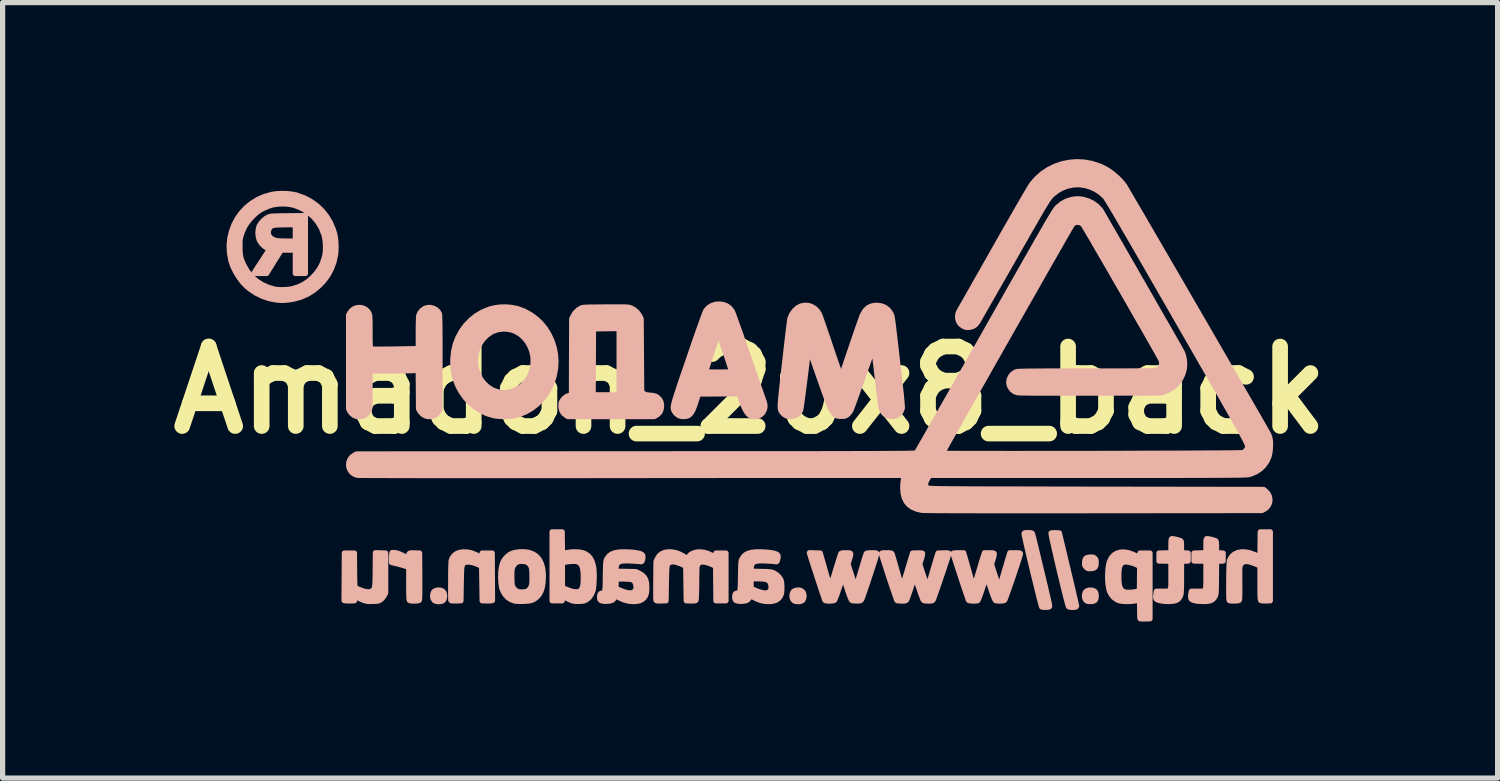
<source format=kicad_pcb>
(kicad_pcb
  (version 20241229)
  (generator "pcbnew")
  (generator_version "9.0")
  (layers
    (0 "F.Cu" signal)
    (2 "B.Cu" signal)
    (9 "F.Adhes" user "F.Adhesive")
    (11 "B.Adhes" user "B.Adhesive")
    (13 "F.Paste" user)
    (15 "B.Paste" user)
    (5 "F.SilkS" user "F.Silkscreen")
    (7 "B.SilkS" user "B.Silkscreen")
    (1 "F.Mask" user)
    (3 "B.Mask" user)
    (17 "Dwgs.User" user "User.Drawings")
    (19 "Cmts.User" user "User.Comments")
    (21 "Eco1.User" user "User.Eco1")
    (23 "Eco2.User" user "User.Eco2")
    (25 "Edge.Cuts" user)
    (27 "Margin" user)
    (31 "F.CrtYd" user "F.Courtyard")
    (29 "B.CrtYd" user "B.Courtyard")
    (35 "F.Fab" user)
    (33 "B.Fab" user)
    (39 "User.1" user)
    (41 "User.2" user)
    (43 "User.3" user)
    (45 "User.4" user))
  (footprint "Amadon_20x8_back"
    (layer "F.Cu")
    (at 11.328 4.427)
    (property "Reference" "Amadon_20x8_back" (at 0 0 0) (layer "F.SilkS") (effects (font (size 1.524 1.524) (thickness 0.3))))
    (attr exclude_from_pos_files exclude_from_bom)
    (fp_poly (pts (xy -5.855 3.946) (xy -5.86 3.991) (xy -5.877 4.027) (xy -5.883 4.034) (xy -5.909 4.048) (xy -5.946 4.055) (xy -5.987 4.055) (xy -6.025 4.048) (xy -6.052 4.034) (xy -6.053 4.033) (xy -6.076 4.001) (xy -6.085 3.958) (xy -6.083 3.92) (xy -6.071 3.878) (xy -6.046 3.851) (xy -6.007 3.837) (xy -5.994 3.834) (xy -5.941 3.834) (xy -5.899 3.849) (xy -5.871 3.878) (xy -5.862 3.9) (xy -5.855 3.946)) (stroke (width 0.1) (type solid)) (fill yes) (layer "B.SilkS"))
    (fp_poly (pts (xy 1.034 3.946) (xy 1.028 3.991) (xy 1.011 4.027) (xy 1.005 4.034) (xy 0.98 4.048) (xy 0.943 4.055) (xy 0.902 4.055) (xy 0.863 4.048) (xy 0.836 4.034) (xy 0.835 4.033) (xy 0.812 4.001) (xy 0.803 3.958) (xy 0.806 3.92) (xy 0.818 3.878) (xy 0.842 3.851) (xy 0.882 3.837) (xy 0.895 3.834) (xy 0.948 3.834) (xy 0.989 3.849) (xy 1.017 3.878) (xy 1.027 3.9) (xy 1.034 3.946)) (stroke (width 0.1) (type solid)) (fill yes) (layer "B.SilkS"))
    (fp_poly (pts (xy 6.634 3.957) (xy 6.63 4) (xy 6.614 4.029) (xy 6.585 4.046) (xy 6.54 4.053) (xy 6.521 4.054) (xy 6.484 4.052) (xy 6.46 4.046) (xy 6.441 4.034) (xy 6.436 4.029) (xy 6.418 3.998) (xy 6.41 3.958) (xy 6.412 3.915) (xy 6.425 3.877) (xy 6.431 3.868) (xy 6.461 3.845) (xy 6.503 3.834) (xy 6.551 3.836) (xy 6.571 3.84) (xy 6.602 3.853) (xy 6.622 3.876) (xy 6.632 3.912) (xy 6.634 3.957)) (stroke (width 0.1) (type solid)) (fill yes) (layer "B.SilkS"))
    (fp_poly (pts (xy 6.634 3.311) (xy 6.631 3.359) (xy 6.619 3.391) (xy 6.596 3.41) (xy 6.557 3.42) (xy 6.535 3.422) (xy 6.5 3.424) (xy 6.477 3.421) (xy 6.46 3.412) (xy 6.441 3.394) (xy 6.423 3.375) (xy 6.414 3.357) (xy 6.411 3.334) (xy 6.413 3.301) (xy 6.419 3.257) (xy 6.431 3.229) (xy 6.454 3.213) (xy 6.49 3.205) (xy 6.517 3.202) (xy 6.554 3.201) (xy 6.577 3.203) (xy 6.594 3.211) (xy 6.608 3.224) (xy 6.624 3.243) (xy 6.632 3.264) (xy 6.634 3.295) (xy 6.634 3.311)) (stroke (width 0.1) (type solid)) (fill yes) (layer "B.SilkS"))
    (fp_poly (pts (xy 6.259 4.139) (xy 6.25 4.155) (xy 6.242 4.159) (xy 6.217 4.164) (xy 6.183 4.166) (xy 6.147 4.164) (xy 6.118 4.159) (xy 6.104 4.153) (xy 6.099 4.141) (xy 6.09 4.111) (xy 6.077 4.066) (xy 6.062 4.007) (xy 6.043 3.936) (xy 6.023 3.854) (xy 6.001 3.765) (xy 5.978 3.669) (xy 5.954 3.569) (xy 5.929 3.467) (xy 5.905 3.365) (xy 5.881 3.264) (xy 5.859 3.166) (xy 5.838 3.074) (xy 5.819 2.99) (xy 5.802 2.914) (xy 5.788 2.85) (xy 5.778 2.799) (xy 5.771 2.763) (xy 5.769 2.743) (xy 5.769 2.741) (xy 5.783 2.737) (xy 5.811 2.735) (xy 5.848 2.735) (xy 5.853 2.735) (xy 5.928 2.738) (xy 6.017 3.109) (xy 6.057 3.277) (xy 6.095 3.433) (xy 6.128 3.575) (xy 6.159 3.703) (xy 6.185 3.816) (xy 6.208 3.913) (xy 6.227 3.994) (xy 6.241 4.058) (xy 6.252 4.104) (xy 6.257 4.131) (xy 6.259 4.139)) (stroke (width 0.1) (type solid)) (fill yes) (layer "B.SilkS"))
    (fp_poly (pts (xy -6.332 3.787) (xy -6.332 3.867) (xy -6.333 3.93) (xy -6.335 3.977) (xy -6.337 4.008) (xy -6.339 4.026) (xy -6.341 4.03) (xy -6.357 4.037) (xy -6.387 4.042) (xy -6.425 4.044) (xy -6.464 4.044) (xy -6.5 4.041) (xy -6.524 4.035) (xy -6.531 4.031) (xy -6.535 4.022) (xy -6.538 3.999) (xy -6.54 3.963) (xy -6.541 3.912) (xy -6.542 3.844) (xy -6.543 3.758) (xy -6.543 3.707) (xy -6.543 3.395) (xy -6.628 3.369) (xy -6.681 3.353) (xy -6.739 3.338) (xy -6.79 3.325) (xy -6.793 3.324) (xy -6.873 3.305) (xy -6.876 3.259) (xy -6.876 3.22) (xy -6.873 3.176) (xy -6.871 3.164) (xy -6.862 3.114) (xy -6.816 3.115) (xy -6.782 3.12) (xy -6.737 3.134) (xy -6.686 3.155) (xy -6.636 3.179) (xy -6.592 3.205) (xy -6.584 3.21) (xy -6.563 3.224) (xy -6.55 3.231) (xy -6.549 3.231) (xy -6.545 3.222) (xy -6.543 3.199) (xy -6.543 3.188) (xy -6.542 3.157) (xy -6.536 3.137) (xy -6.523 3.126) (xy -6.499 3.121) (xy -6.459 3.12) (xy -6.43 3.121) (xy -6.335 3.124) (xy -6.332 3.57) (xy -6.332 3.688) (xy -6.332 3.787)) (stroke (width 0.1) (type solid)) (fill yes) (layer "B.SilkS"))
    (fp_poly (pts (xy 5.741 4.14) (xy 5.741 4.146) (xy 5.74 4.15) (xy 5.738 4.153) (xy 5.738 4.153) (xy 5.723 4.16) (xy 5.694 4.164) (xy 5.659 4.165) (xy 5.625 4.164) (xy 5.599 4.16) (xy 5.59 4.157) (xy 5.586 4.146) (xy 5.577 4.117) (xy 5.565 4.073) (xy 5.55 4.014) (xy 5.532 3.943) (xy 5.512 3.863) (xy 5.49 3.774) (xy 5.467 3.679) (xy 5.442 3.579) (xy 5.418 3.478) (xy 5.393 3.375) (xy 5.369 3.275) (xy 5.346 3.178) (xy 5.325 3.086) (xy 5.305 3.001) (xy 5.288 2.926) (xy 5.274 2.862) (xy 5.263 2.812) (xy 5.256 2.776) (xy 5.253 2.757) (xy 5.253 2.756) (xy 5.254 2.744) (xy 5.261 2.738) (xy 5.277 2.734) (xy 5.307 2.733) (xy 5.329 2.733) (xy 5.369 2.734) (xy 5.392 2.736) (xy 5.406 2.742) (xy 5.413 2.752) (xy 5.414 2.756) (xy 5.418 2.77) (xy 5.427 2.802) (xy 5.439 2.85) (xy 5.454 2.911) (xy 5.472 2.985) (xy 5.492 3.068) (xy 5.514 3.159) (xy 5.537 3.255) (xy 5.541 3.272) (xy 5.577 3.422) (xy 5.609 3.554) (xy 5.636 3.669) (xy 5.66 3.768) (xy 5.68 3.852) (xy 5.696 3.923) (xy 5.71 3.981) (xy 5.72 4.028) (xy 5.729 4.065) (xy 5.734 4.093) (xy 5.738 4.115) (xy 5.741 4.13) (xy 5.741 4.14)) (stroke (width 0.1) (type solid)) (fill yes) (layer "B.SilkS"))
    (fp_poly (pts (xy 8.397 3.277) (xy 8.334 3.28) (xy 8.27 3.283) (xy 8.27 3.579) (xy 8.27 3.675) (xy 8.269 3.757) (xy 8.267 3.825) (xy 8.264 3.876) (xy 8.261 3.908) (xy 8.259 3.917) (xy 8.239 3.967) (xy 8.212 4.005) (xy 8.173 4.031) (xy 8.121 4.046) (xy 8.053 4.052) (xy 8.021 4.053) (xy 7.969 4.051) (xy 7.917 4.047) (xy 7.873 4.04) (xy 7.859 4.037) (xy 7.816 4.026) (xy 7.789 4.012) (xy 7.777 3.993) (xy 7.774 3.964) (xy 7.778 3.925) (xy 7.788 3.856) (xy 7.906 3.856) (xy 7.952 3.856) (xy 7.988 3.856) (xy 8.016 3.852) (xy 8.036 3.844) (xy 8.05 3.828) (xy 8.059 3.803) (xy 8.065 3.767) (xy 8.067 3.718) (xy 8.067 3.652) (xy 8.067 3.569) (xy 8.067 3.55) (xy 8.067 3.282) (xy 7.953 3.279) (xy 7.838 3.277) (xy 7.838 3.2) (xy 7.838 3.124) (xy 7.953 3.121) (xy 8.067 3.118) (xy 8.067 2.986) (xy 8.067 2.931) (xy 8.069 2.892) (xy 8.072 2.867) (xy 8.076 2.854) (xy 8.082 2.848) (xy 8.099 2.848) (xy 8.129 2.853) (xy 8.166 2.861) (xy 8.203 2.87) (xy 8.236 2.881) (xy 8.252 2.887) (xy 8.26 2.894) (xy 8.266 2.907) (xy 8.269 2.929) (xy 8.27 2.965) (xy 8.27 3.007) (xy 8.27 3.118) (xy 8.334 3.121) (xy 8.397 3.124) (xy 8.397 3.2) (xy 8.397 3.277)) (stroke (width 0.1) (type solid)) (fill yes) (layer "B.SilkS"))
    (fp_poly (pts (xy -6.985 3.886) (xy -7.01 3.937) (xy -7.045 3.987) (xy -7.08 4.018) (xy -7.101 4.032) (xy -7.12 4.041) (xy -7.143 4.046) (xy -7.175 4.049) (xy -7.22 4.051) (xy -7.232 4.051) (xy -7.285 4.052) (xy -7.324 4.051) (xy -7.357 4.046) (xy -7.389 4.037) (xy -7.407 4.031) (xy -7.45 4.013) (xy -7.493 3.994) (xy -7.519 3.979) (xy -7.547 3.964) (xy -7.566 3.954) (xy -7.572 3.952) (xy -7.576 3.961) (xy -7.58 3.984) (xy -7.581 3.995) (xy -7.584 4.039) (xy -7.661 4.042) (xy -7.701 4.042) (xy -7.736 4.041) (xy -7.759 4.039) (xy -7.76 4.039) (xy -7.783 4.033) (xy -7.78 3.579) (xy -7.777 3.124) (xy -7.681 3.124) (xy -7.584 3.124) (xy -7.582 3.451) (xy -7.581 3.548) (xy -7.579 3.625) (xy -7.578 3.686) (xy -7.576 3.731) (xy -7.573 3.762) (xy -7.57 3.78) (xy -7.567 3.787) (xy -7.544 3.8) (xy -7.507 3.816) (xy -7.463 3.833) (xy -7.418 3.849) (xy -7.377 3.861) (xy -7.349 3.866) (xy -7.308 3.869) (xy -7.274 3.861) (xy -7.259 3.855) (xy -7.241 3.846) (xy -7.227 3.835) (xy -7.215 3.822) (xy -7.206 3.803) (xy -7.199 3.776) (xy -7.194 3.74) (xy -7.19 3.693) (xy -7.188 3.631) (xy -7.186 3.554) (xy -7.185 3.46) (xy -7.185 3.441) (xy -7.182 3.118) (xy -7.083 3.121) (xy -6.985 3.124) (xy -6.985 3.505) (xy -6.985 3.886)) (stroke (width 0.1) (type solid)) (fill yes) (layer "B.SilkS"))
    (fp_poly (pts (xy -4.938 4.033) (xy -4.961 4.039) (xy -4.982 4.041) (xy -5.016 4.042) (xy -5.057 4.042) (xy -5.06 4.042) (xy -5.136 4.039) (xy -5.141 3.708) (xy -5.146 3.378) (xy -5.192 3.356) (xy -5.263 3.325) (xy -5.331 3.305) (xy -5.391 3.296) (xy -5.442 3.298) (xy -5.48 3.312) (xy -5.488 3.319) (xy -5.5 3.33) (xy -5.509 3.343) (xy -5.516 3.359) (xy -5.522 3.381) (xy -5.527 3.412) (xy -5.53 3.452) (xy -5.532 3.505) (xy -5.534 3.572) (xy -5.536 3.657) (xy -5.537 3.713) (xy -5.542 4.039) (xy -5.636 4.042) (xy -5.683 4.042) (xy -5.713 4.041) (xy -5.73 4.037) (xy -5.736 4.03) (xy -5.737 4.017) (xy -5.738 3.986) (xy -5.739 3.939) (xy -5.739 3.879) (xy -5.739 3.808) (xy -5.739 3.729) (xy -5.738 3.643) (xy -5.738 3.641) (xy -5.738 3.544) (xy -5.737 3.465) (xy -5.736 3.401) (xy -5.734 3.352) (xy -5.733 3.314) (xy -5.731 3.286) (xy -5.728 3.266) (xy -5.724 3.251) (xy -5.72 3.238) (xy -5.714 3.227) (xy -5.713 3.226) (xy -5.677 3.173) (xy -5.631 3.136) (xy -5.573 3.113) (xy -5.503 3.102) (xy -5.425 3.103) (xy -5.348 3.118) (xy -5.266 3.15) (xy -5.23 3.167) (xy -5.195 3.185) (xy -5.167 3.2) (xy -5.151 3.208) (xy -5.149 3.209) (xy -5.144 3.202) (xy -5.14 3.18) (xy -5.139 3.168) (xy -5.136 3.124) (xy -5.039 3.124) (xy -4.943 3.124) (xy -4.94 3.579) (xy -4.938 4.033)) (stroke (width 0.1) (type solid)) (fill yes) (layer "B.SilkS"))
    (fp_poly (pts (xy 9.068 3.277) (xy 9.005 3.28) (xy 8.942 3.283) (xy 8.939 3.6) (xy 8.938 3.688) (xy 8.937 3.759) (xy 8.936 3.814) (xy 8.935 3.856) (xy 8.933 3.887) (xy 8.93 3.91) (xy 8.926 3.927) (xy 8.921 3.941) (xy 8.915 3.954) (xy 8.91 3.962) (xy 8.884 4) (xy 8.852 4.026) (xy 8.81 4.043) (xy 8.754 4.051) (xy 8.692 4.053) (xy 8.643 4.051) (xy 8.597 4.049) (xy 8.56 4.045) (xy 8.547 4.043) (xy 8.499 4.031) (xy 8.468 4.017) (xy 8.451 3.997) (xy 8.445 3.972) (xy 8.445 3.938) (xy 8.45 3.9) (xy 8.451 3.896) (xy 8.459 3.856) (xy 8.579 3.856) (xy 8.624 3.856) (xy 8.659 3.855) (xy 8.686 3.852) (xy 8.707 3.843) (xy 8.721 3.827) (xy 8.73 3.802) (xy 8.735 3.765) (xy 8.737 3.715) (xy 8.738 3.649) (xy 8.738 3.565) (xy 8.738 3.545) (xy 8.738 3.282) (xy 8.623 3.279) (xy 8.509 3.277) (xy 8.509 3.2) (xy 8.509 3.124) (xy 8.623 3.121) (xy 8.738 3.118) (xy 8.738 2.986) (xy 8.738 2.931) (xy 8.739 2.892) (xy 8.742 2.867) (xy 8.747 2.854) (xy 8.753 2.848) (xy 8.769 2.848) (xy 8.799 2.853) (xy 8.836 2.861) (xy 8.874 2.87) (xy 8.906 2.881) (xy 8.923 2.887) (xy 8.931 2.894) (xy 8.936 2.907) (xy 8.939 2.929) (xy 8.941 2.965) (xy 8.941 3.007) (xy 8.941 3.118) (xy 9.004 3.121) (xy 9.068 3.124) (xy 9.068 3.2) (xy 9.068 3.277)) (stroke (width 0.1) (type solid)) (fill yes) (layer "B.SilkS"))
    (fp_poly (pts (xy 9.972 4.039) (xy 9.887 4.042) (xy 9.838 4.042) (xy 9.803 4.038) (xy 9.788 4.033) (xy 9.784 4.026) (xy 9.781 4.013) (xy 9.778 3.99) (xy 9.776 3.957) (xy 9.775 3.91) (xy 9.774 3.849) (xy 9.774 3.771) (xy 9.774 3.696) (xy 9.774 3.372) (xy 9.709 3.342) (xy 9.663 3.324) (xy 9.611 3.306) (xy 9.577 3.296) (xy 9.538 3.287) (xy 9.511 3.285) (xy 9.486 3.288) (xy 9.467 3.293) (xy 9.435 3.308) (xy 9.413 3.33) (xy 9.403 3.348) (xy 9.397 3.36) (xy 9.393 3.374) (xy 9.389 3.39) (xy 9.387 3.413) (xy 9.386 3.444) (xy 9.385 3.485) (xy 9.385 3.539) (xy 9.385 3.609) (xy 9.386 3.696) (xy 9.386 3.701) (xy 9.387 3.797) (xy 9.387 3.874) (xy 9.386 3.933) (xy 9.385 3.977) (xy 9.383 4.007) (xy 9.38 4.024) (xy 9.377 4.029) (xy 9.362 4.036) (xy 9.332 4.041) (xy 9.294 4.043) (xy 9.255 4.044) (xy 9.219 4.042) (xy 9.193 4.038) (xy 9.186 4.035) (xy 9.183 4.029) (xy 9.18 4.015) (xy 9.178 3.992) (xy 9.176 3.958) (xy 9.176 3.91) (xy 9.175 3.847) (xy 9.176 3.768) (xy 9.176 3.671) (xy 9.176 3.657) (xy 9.177 3.559) (xy 9.178 3.479) (xy 9.18 3.415) (xy 9.181 3.365) (xy 9.183 3.327) (xy 9.185 3.298) (xy 9.188 3.277) (xy 9.192 3.261) (xy 9.197 3.248) (xy 9.198 3.246) (xy 9.234 3.188) (xy 9.284 3.144) (xy 9.345 3.115) (xy 9.416 3.101) (xy 9.495 3.103) (xy 9.582 3.12) (xy 9.674 3.153) (xy 9.7 3.165) (xy 9.774 3.199) (xy 9.776 2.959) (xy 9.779 2.718) (xy 9.876 2.718) (xy 9.972 2.718) (xy 9.972 3.378) (xy 9.972 4.039)) (stroke (width 0.1) (type solid)) (fill yes) (layer "B.SilkS"))
    (fp_poly (pts (xy -8.524 -2.235) (xy -8.621 -2.235) (xy -8.717 -2.235) (xy -8.717 -2.459) (xy -8.717 -2.682) (xy -8.717 -2.855) (xy -8.717 -3.013) (xy -8.717 -3.171) (xy -8.929 -3.168) (xy -9.006 -3.167) (xy -9.066 -3.165) (xy -9.111 -3.161) (xy -9.144 -3.155) (xy -9.168 -3.147) (xy -9.186 -3.135) (xy -9.201 -3.118) (xy -9.215 -3.097) (xy -9.216 -3.096) (xy -9.235 -3.047) (xy -9.235 -2.998) (xy -9.218 -2.952) (xy -9.184 -2.913) (xy -9.147 -2.89) (xy -9.12 -2.878) (xy -9.095 -2.87) (xy -9.066 -2.864) (xy -9.03 -2.86) (xy -8.984 -2.858) (xy -8.924 -2.856) (xy -8.882 -2.856) (xy -8.717 -2.855) (xy -8.717 -2.682) (xy -8.853 -2.682) (xy -8.988 -2.682) (xy -9.128 -2.459) (xy -9.267 -2.235) (xy -9.388 -2.235) (xy -9.435 -2.236) (xy -9.474 -2.237) (xy -9.5 -2.238) (xy -9.51 -2.24) (xy -9.51 -2.24) (xy -9.504 -2.25) (xy -9.489 -2.274) (xy -9.466 -2.311) (xy -9.436 -2.357) (xy -9.4 -2.412) (xy -9.362 -2.47) (xy -9.323 -2.53) (xy -9.288 -2.584) (xy -9.258 -2.63) (xy -9.235 -2.666) (xy -9.22 -2.689) (xy -9.215 -2.698) (xy -9.223 -2.704) (xy -9.244 -2.714) (xy -9.25 -2.717) (xy -9.292 -2.742) (xy -9.336 -2.779) (xy -9.375 -2.823) (xy -9.404 -2.868) (xy -9.409 -2.878) (xy -9.427 -2.94) (xy -9.434 -3.01) (xy -9.428 -3.081) (xy -9.411 -3.143) (xy -9.409 -3.147) (xy -9.378 -3.197) (xy -9.334 -3.247) (xy -9.282 -3.29) (xy -9.238 -3.315) (xy -9.224 -3.322) (xy -9.209 -3.326) (xy -9.192 -3.33) (xy -9.169 -3.333) (xy -9.139 -3.335) (xy -9.099 -3.337) (xy -9.046 -3.338) (xy -8.979 -3.34) (xy -8.895 -3.34) (xy -8.857 -3.341) (xy -8.524 -3.344) (xy -8.524 -2.79) (xy -8.524 -2.235)) (stroke (width 0.1) (type solid)) (fill yes) (layer "B.SilkS"))
    (fp_poly (pts (xy -1.697 0.304) (xy -1.705 0.37) (xy -1.729 0.425) (xy -1.771 0.468) (xy -1.792 0.482) (xy -1.836 0.508) (xy -2.51 0.508) (xy -2.51 0.091) (xy -2.51 -0.544) (xy -2.51 -1.179) (xy -2.756 -1.176) (xy -3.002 -1.173) (xy -3.005 -0.541) (xy -3.008 0.091) (xy -2.759 0.091) (xy -2.51 0.091) (xy -2.51 0.508) (xy -2.663 0.508) (xy -3.491 0.508) (xy -3.532 0.482) (xy -3.578 0.444) (xy -3.607 0.399) (xy -3.622 0.344) (xy -3.625 0.316) (xy -3.625 0.275) (xy -3.621 0.245) (xy -3.61 0.218) (xy -3.605 0.209) (xy -3.569 0.163) (xy -3.526 0.127) (xy -3.479 0.107) (xy -3.466 0.105) (xy -3.424 0.099) (xy -3.422 -0.634) (xy -3.419 -1.367) (xy -3.39 -1.424) (xy -3.35 -1.487) (xy -3.296 -1.537) (xy -3.248 -1.567) (xy -3.238 -1.573) (xy -3.226 -1.577) (xy -3.213 -1.581) (xy -3.196 -1.584) (xy -3.172 -1.586) (xy -3.14 -1.588) (xy -3.098 -1.59) (xy -3.044 -1.591) (xy -2.976 -1.591) (xy -2.891 -1.592) (xy -2.789 -1.593) (xy -2.773 -1.593) (xy -2.667 -1.594) (xy -2.58 -1.594) (xy -2.509 -1.594) (xy -2.453 -1.594) (xy -2.408 -1.593) (xy -2.374 -1.592) (xy -2.347 -1.59) (xy -2.327 -1.587) (xy -2.31 -1.584) (xy -2.296 -1.579) (xy -2.283 -1.575) (xy -2.221 -1.541) (xy -2.165 -1.493) (xy -2.121 -1.433) (xy -2.113 -1.417) (xy -2.088 -1.367) (xy -2.083 -0.667) (xy -2.078 0.032) (xy -2.046 0.061) (xy -2.023 0.078) (xy -1.997 0.088) (xy -1.96 0.094) (xy -1.944 0.096) (xy -1.89 0.101) (xy -1.851 0.107) (xy -1.824 0.113) (xy -1.803 0.121) (xy -1.784 0.133) (xy -1.777 0.138) (xy -1.734 0.179) (xy -1.708 0.228) (xy -1.697 0.288) (xy -1.697 0.304)) (stroke (width 0.1) (type solid)) (fill yes) (layer "B.SilkS"))
    (fp_poly (pts (xy -2.988 3.581) (xy -2.99 3.651) (xy -2.994 3.718) (xy -2.999 3.777) (xy -3.006 3.824) (xy -3.011 3.846) (xy -3.041 3.916) (xy -3.081 3.974) (xy -3.13 4.016) (xy -3.136 4.02) (xy -3.163 4.034) (xy -3.189 4.043) (xy -3.197 4.044) (xy -3.197 3.592) (xy -3.199 3.501) (xy -3.208 3.429) (xy -3.224 3.373) (xy -3.247 3.332) (xy -3.279 3.304) (xy -3.32 3.288) (xy -3.329 3.286) (xy -3.363 3.283) (xy -3.41 3.284) (xy -3.462 3.287) (xy -3.512 3.293) (xy -3.553 3.301) (xy -3.559 3.302) (xy -3.597 3.313) (xy -3.597 3.55) (xy -3.597 3.787) (xy -3.543 3.81) (xy -3.456 3.844) (xy -3.383 3.864) (xy -3.323 3.869) (xy -3.277 3.86) (xy -3.245 3.837) (xy -3.245 3.837) (xy -3.226 3.809) (xy -3.212 3.774) (xy -3.203 3.728) (xy -3.198 3.668) (xy -3.197 3.592) (xy -3.197 4.044) (xy -3.22 4.048) (xy -3.264 4.05) (xy -3.276 4.051) (xy -3.334 4.05) (xy -3.382 4.046) (xy -3.409 4.04) (xy -3.439 4.028) (xy -3.478 4.011) (xy -3.515 3.992) (xy -3.548 3.975) (xy -3.574 3.961) (xy -3.588 3.954) (xy -3.588 3.954) (xy -3.593 3.961) (xy -3.597 3.983) (xy -3.599 3.995) (xy -3.602 4.039) (xy -3.698 4.039) (xy -3.795 4.039) (xy -3.795 3.378) (xy -3.795 2.718) (xy -3.698 2.718) (xy -3.602 2.718) (xy -3.599 2.93) (xy -3.598 3) (xy -3.597 3.053) (xy -3.595 3.091) (xy -3.593 3.115) (xy -3.59 3.129) (xy -3.586 3.135) (xy -3.581 3.135) (xy -3.579 3.135) (xy -3.511 3.115) (xy -3.435 3.103) (xy -3.357 3.1) (xy -3.281 3.104) (xy -3.213 3.116) (xy -3.166 3.133) (xy -3.108 3.171) (xy -3.062 3.221) (xy -3.028 3.286) (xy -3.004 3.368) (xy -2.997 3.406) (xy -2.992 3.454) (xy -2.989 3.514) (xy -2.988 3.581)) (stroke (width 0.1) (type solid)) (fill yes) (layer "B.SilkS"))
    (fp_poly (pts (xy 7.666 4.384) (xy 7.574 4.387) (xy 7.532 4.387) (xy 7.499 4.386) (xy 7.478 4.384) (xy 7.475 4.383) (xy 7.472 4.371) (xy 7.47 4.342) (xy 7.469 4.299) (xy 7.468 4.253) (xy 7.468 3.383) (xy 7.435 3.363) (xy 7.394 3.342) (xy 7.343 3.323) (xy 7.288 3.308) (xy 7.237 3.297) (xy 7.195 3.294) (xy 7.186 3.295) (xy 7.148 3.304) (xy 7.119 3.322) (xy 7.097 3.352) (xy 7.082 3.396) (xy 7.072 3.454) (xy 7.068 3.53) (xy 7.068 3.571) (xy 7.07 3.658) (xy 7.077 3.726) (xy 7.091 3.779) (xy 7.11 3.819) (xy 7.138 3.848) (xy 7.173 3.868) (xy 7.178 3.87) (xy 7.207 3.875) (xy 7.25 3.877) (xy 7.3 3.875) (xy 7.351 3.87) (xy 7.397 3.863) (xy 7.417 3.858) (xy 7.463 3.845) (xy 7.465 3.614) (xy 7.468 3.383) (xy 7.468 4.253) (xy 7.468 4.247) (xy 7.468 4.199) (xy 7.467 4.142) (xy 7.466 4.093) (xy 7.464 4.054) (xy 7.462 4.03) (xy 7.46 4.024) (xy 7.447 4.026) (xy 7.42 4.032) (xy 7.391 4.039) (xy 7.339 4.048) (xy 7.277 4.052) (xy 7.21 4.053) (xy 7.147 4.05) (xy 7.094 4.043) (xy 7.072 4.038) (xy 7.018 4.012) (xy 6.966 3.972) (xy 6.923 3.92) (xy 6.892 3.863) (xy 6.89 3.858) (xy 6.873 3.796) (xy 6.861 3.72) (xy 6.855 3.635) (xy 6.854 3.546) (xy 6.858 3.458) (xy 6.867 3.378) (xy 6.882 3.31) (xy 6.89 3.285) (xy 6.925 3.216) (xy 6.972 3.163) (xy 7.029 3.127) (xy 7.095 3.107) (xy 7.17 3.103) (xy 7.252 3.117) (xy 7.34 3.148) (xy 7.378 3.167) (xy 7.413 3.185) (xy 7.441 3.2) (xy 7.458 3.208) (xy 7.459 3.209) (xy 7.464 3.202) (xy 7.468 3.18) (xy 7.47 3.168) (xy 7.473 3.124) (xy 7.569 3.124) (xy 7.666 3.124) (xy 7.666 3.754) (xy 7.666 4.384)) (stroke (width 0.1) (type solid)) (fill yes) (layer "B.SilkS"))
    (fp_poly (pts (xy -3.963 3.571) (xy -3.968 3.682) (xy -3.982 3.776) (xy -4.007 3.855) (xy -4.042 3.919) (xy -4.081 3.963) (xy -4.12 3.996) (xy -4.158 4.019) (xy -4.181 4.028) (xy -4.181 3.599) (xy -4.181 3.576) (xy -4.182 3.504) (xy -4.185 3.449) (xy -4.191 3.407) (xy -4.201 3.376) (xy -4.216 3.351) (xy -4.236 3.329) (xy -4.247 3.319) (xy -4.285 3.296) (xy -4.332 3.284) (xy -4.392 3.283) (xy -4.405 3.284) (xy -4.456 3.294) (xy -4.495 3.315) (xy -4.526 3.352) (xy -4.541 3.379) (xy -4.552 3.401) (xy -4.559 3.422) (xy -4.563 3.446) (xy -4.566 3.479) (xy -4.567 3.524) (xy -4.567 3.566) (xy -4.566 3.621) (xy -4.565 3.671) (xy -4.562 3.712) (xy -4.559 3.739) (xy -4.559 3.741) (xy -4.541 3.786) (xy -4.509 3.826) (xy -4.471 3.854) (xy -4.466 3.857) (xy -4.427 3.867) (xy -4.379 3.871) (xy -4.329 3.868) (xy -4.285 3.86) (xy -4.267 3.852) (xy -4.231 3.823) (xy -4.206 3.784) (xy -4.197 3.764) (xy -4.19 3.744) (xy -4.185 3.722) (xy -4.183 3.693) (xy -4.181 3.654) (xy -4.181 3.599) (xy -4.181 4.028) (xy -4.199 4.035) (xy -4.249 4.044) (xy -4.312 4.049) (xy -4.348 4.05) (xy -4.401 4.051) (xy -4.45 4.049) (xy -4.49 4.047) (xy -4.514 4.043) (xy -4.59 4.015) (xy -4.653 3.971) (xy -4.704 3.912) (xy -4.729 3.868) (xy -4.747 3.83) (xy -4.759 3.796) (xy -4.767 3.759) (xy -4.773 3.711) (xy -4.776 3.683) (xy -4.781 3.578) (xy -4.777 3.48) (xy -4.765 3.391) (xy -4.744 3.316) (xy -4.729 3.282) (xy -4.698 3.235) (xy -4.655 3.189) (xy -4.607 3.151) (xy -4.6 3.146) (xy -4.552 3.125) (xy -4.491 3.11) (xy -4.421 3.101) (xy -4.348 3.099) (xy -4.278 3.105) (xy -4.234 3.114) (xy -4.156 3.144) (xy -4.091 3.188) (xy -4.04 3.249) (xy -4.002 3.324) (xy -3.976 3.415) (xy -3.964 3.522) (xy -3.963 3.571)) (stroke (width 0.1) (type solid)) (fill yes) (layer "B.SilkS"))
    (fp_poly (pts (xy -0.462 4.039) (xy -0.559 4.039) (xy -0.655 4.039) (xy -0.658 3.707) (xy -0.661 3.376) (xy -0.734 3.343) (xy -0.812 3.312) (xy -0.876 3.297) (xy -0.928 3.295) (xy -0.969 3.308) (xy -1 3.336) (xy -1.006 3.345) (xy -1.01 3.355) (xy -1.014 3.368) (xy -1.017 3.388) (xy -1.019 3.415) (xy -1.021 3.453) (xy -1.022 3.504) (xy -1.023 3.57) (xy -1.024 3.652) (xy -1.024 3.691) (xy -1.025 3.797) (xy -1.027 3.882) (xy -1.029 3.949) (xy -1.032 3.995) (xy -1.036 4.023) (xy -1.038 4.031) (xy -1.051 4.038) (xy -1.078 4.042) (xy -1.12 4.042) (xy -1.137 4.042) (xy -1.224 4.039) (xy -1.229 3.709) (xy -1.234 3.379) (xy -1.268 3.36) (xy -1.307 3.341) (xy -1.354 3.322) (xy -1.403 3.306) (xy -1.447 3.295) (xy -1.476 3.292) (xy -1.51 3.296) (xy -1.541 3.305) (xy -1.543 3.306) (xy -1.557 3.315) (xy -1.569 3.324) (xy -1.579 3.338) (xy -1.586 3.357) (xy -1.592 3.383) (xy -1.596 3.419) (xy -1.599 3.468) (xy -1.601 3.53) (xy -1.603 3.608) (xy -1.605 3.704) (xy -1.605 3.708) (xy -1.61 4.039) (xy -1.705 4.042) (xy -1.751 4.042) (xy -1.78 4.041) (xy -1.797 4.037) (xy -1.804 4.03) (xy -1.804 4.029) (xy -1.806 4.016) (xy -1.807 3.985) (xy -1.807 3.938) (xy -1.808 3.878) (xy -1.808 3.807) (xy -1.807 3.728) (xy -1.807 3.651) (xy -1.803 3.287) (xy -1.776 3.229) (xy -1.74 3.174) (xy -1.691 3.134) (xy -1.628 3.109) (xy -1.553 3.1) (xy -1.505 3.102) (xy -1.435 3.113) (xy -1.364 3.137) (xy -1.289 3.175) (xy -1.267 3.188) (xy -1.203 3.227) (xy -1.177 3.19) (xy -1.135 3.148) (xy -1.081 3.12) (xy -1.017 3.104) (xy -0.945 3.102) (xy -0.869 3.113) (xy -0.792 3.138) (xy -0.73 3.169) (xy -0.661 3.208) (xy -0.658 3.166) (xy -0.655 3.124) (xy -0.559 3.124) (xy -0.462 3.124) (xy -0.462 3.581) (xy -0.462 4.039)) (stroke (width 0.1) (type solid)) (fill yes) (layer "B.SilkS"))
    (fp_poly (pts (xy -3.721 -0.546) (xy -3.729 -0.41) (xy -3.755 -0.273) (xy -3.798 -0.138) (xy -3.829 -0.066) (xy -3.9 0.059) (xy -3.984 0.172) (xy -4.081 0.27) (xy -4.159 0.331) (xy -4.159 -0.528) (xy -4.161 -0.634) (xy -4.182 -0.736) (xy -4.218 -0.833) (xy -4.268 -0.923) (xy -4.332 -1.002) (xy -4.406 -1.069) (xy -4.491 -1.121) (xy -4.561 -1.149) (xy -4.649 -1.167) (xy -4.741 -1.17) (xy -4.833 -1.157) (xy -4.919 -1.13) (xy -4.968 -1.105) (xy -5.054 -1.042) (xy -5.126 -0.967) (xy -5.183 -0.882) (xy -5.225 -0.788) (xy -5.253 -0.689) (xy -5.265 -0.587) (xy -5.261 -0.484) (xy -5.241 -0.383) (xy -5.205 -0.285) (xy -5.153 -0.194) (xy -5.1 -0.128) (xy -5.027 -0.06) (xy -4.947 -0.009) (xy -4.882 0.019) (xy -4.788 0.043) (xy -4.698 0.05) (xy -4.608 0.038) (xy -4.597 0.035) (xy -4.498 0.000083) (xy -4.41 -0.052) (xy -4.332 -0.119) (xy -4.267 -0.199) (xy -4.216 -0.291) (xy -4.18 -0.394) (xy -4.161 -0.504) (xy -4.159 -0.528) (xy -4.159 0.331) (xy -4.188 0.353) (xy -4.306 0.42) (xy -4.432 0.47) (xy -4.546 0.497) (xy -4.599 0.503) (xy -4.665 0.507) (xy -4.737 0.507) (xy -4.808 0.504) (xy -4.872 0.498) (xy -4.912 0.491) (xy -5.038 0.454) (xy -5.157 0.399) (xy -5.269 0.328) (xy -5.372 0.241) (xy -5.464 0.141) (xy -5.543 0.029) (xy -5.608 -0.094) (xy -5.652 -0.209) (xy -5.683 -0.339) (xy -5.699 -0.477) (xy -5.697 -0.616) (xy -5.68 -0.755) (xy -5.648 -0.887) (xy -5.604 -1) (xy -5.535 -1.128) (xy -5.452 -1.242) (xy -5.355 -1.343) (xy -5.247 -1.428) (xy -5.128 -1.498) (xy -5.001 -1.55) (xy -4.897 -1.577) (xy -4.794 -1.591) (xy -4.683 -1.594) (xy -4.572 -1.584) (xy -4.47 -1.564) (xy -4.456 -1.56) (xy -4.326 -1.512) (xy -4.207 -1.447) (xy -4.099 -1.368) (xy -4.003 -1.277) (xy -3.92 -1.174) (xy -3.851 -1.061) (xy -3.796 -0.94) (xy -3.755 -0.813) (xy -3.73 -0.682) (xy -3.721 -0.546)) (stroke (width 0.1) (type solid)) (fill yes) (layer "B.SilkS"))
    (fp_poly (pts (xy -5.944 0.372) (xy -5.973 0.418) (xy -6.012 0.463) (xy -6.061 0.493) (xy -6.117 0.508) (xy -6.174 0.508) (xy -6.229 0.493) (xy -6.279 0.463) (xy -6.32 0.418) (xy -6.325 0.412) (xy -6.355 0.362) (xy -6.358 -0.008) (xy -6.361 -0.379) (xy -6.475 -0.372) (xy -6.513 -0.371) (xy -6.568 -0.369) (xy -6.637 -0.368) (xy -6.715 -0.367) (xy -6.8 -0.366) (xy -6.888 -0.366) (xy -6.937 -0.366) (xy -7.285 -0.366) (xy -7.285 -0.007) (xy -7.285 0.088) (xy -7.285 0.164) (xy -7.285 0.225) (xy -7.286 0.273) (xy -7.288 0.309) (xy -7.29 0.335) (xy -7.293 0.355) (xy -7.296 0.37) (xy -7.301 0.383) (xy -7.307 0.395) (xy -7.308 0.396) (xy -7.331 0.431) (xy -7.36 0.464) (xy -7.369 0.472) (xy -7.393 0.489) (xy -7.417 0.499) (xy -7.448 0.504) (xy -7.481 0.506) (xy -7.521 0.507) (xy -7.549 0.504) (xy -7.572 0.496) (xy -7.599 0.481) (xy -7.602 0.479) (xy -7.644 0.444) (xy -7.673 0.404) (xy -7.696 0.361) (xy -7.696 -0.538) (xy -7.696 -1.438) (xy -7.672 -1.481) (xy -7.634 -1.529) (xy -7.586 -1.562) (xy -7.533 -1.58) (xy -7.477 -1.584) (xy -7.422 -1.574) (xy -7.371 -1.549) (xy -7.329 -1.51) (xy -7.304 -1.469) (xy -7.299 -1.455) (xy -7.294 -1.44) (xy -7.291 -1.42) (xy -7.289 -1.392) (xy -7.287 -1.356) (xy -7.286 -1.308) (xy -7.285 -1.245) (xy -7.285 -1.166) (xy -7.285 -1.111) (xy -7.285 -1.01) (xy -7.284 -0.929) (xy -7.282 -0.867) (xy -7.28 -0.823) (xy -7.277 -0.797) (xy -7.274 -0.787) (xy -7.261 -0.785) (xy -7.231 -0.785) (xy -7.184 -0.784) (xy -7.124 -0.784) (xy -7.052 -0.784) (xy -6.969 -0.785) (xy -6.88 -0.786) (xy -6.811 -0.787) (xy -6.36 -0.795) (xy -6.36 -1.096) (xy -6.36 -1.184) (xy -6.359 -1.262) (xy -6.357 -1.329) (xy -6.355 -1.382) (xy -6.352 -1.419) (xy -6.349 -1.435) (xy -6.328 -1.481) (xy -6.293 -1.524) (xy -6.249 -1.558) (xy -6.237 -1.565) (xy -6.183 -1.582) (xy -6.125 -1.583) (xy -6.069 -1.569) (xy -6.018 -1.541) (xy -5.978 -1.501) (xy -5.954 -1.46) (xy -5.952 -1.445) (xy -5.95 -1.411) (xy -5.949 -1.359) (xy -5.947 -1.289) (xy -5.946 -1.199) (xy -5.945 -1.09) (xy -5.944 -0.962) (xy -5.944 -0.813) (xy -5.944 -0.645) (xy -5.944 -0.53) (xy -5.944 0.372)) (stroke (width 0.1) (type solid)) (fill yes) (layer "B.SilkS"))
    (fp_poly (pts (xy -1.98 3.781) (xy -1.982 3.849) (xy -1.99 3.901) (xy -2.004 3.942) (xy -2.027 3.976) (xy -2.04 3.991) (xy -2.078 4.021) (xy -2.123 4.041) (xy -2.178 4.051) (xy -2.184 4.052) (xy -2.184 3.77) (xy -2.194 3.718) (xy -2.2 3.699) (xy -2.214 3.672) (xy -2.233 3.651) (xy -2.26 3.637) (xy -2.297 3.628) (xy -2.349 3.624) (xy -2.417 3.622) (xy -2.428 3.622) (xy -2.565 3.622) (xy -2.568 3.711) (xy -2.571 3.801) (xy -2.504 3.831) (xy -2.425 3.864) (xy -2.358 3.883) (xy -2.302 3.889) (xy -2.255 3.882) (xy -2.24 3.877) (xy -2.208 3.853) (xy -2.189 3.817) (xy -2.184 3.77) (xy -2.184 4.052) (xy -2.237 4.054) (xy -2.328 4.047) (xy -2.414 4.024) (xy -2.502 3.985) (xy -2.508 3.982) (xy -2.543 3.964) (xy -2.569 3.951) (xy -2.584 3.944) (xy -2.585 3.944) (xy -2.59 3.955) (xy -2.599 3.976) (xy -2.601 3.981) (xy -2.619 4.009) (xy -2.645 4.03) (xy -2.68 4.042) (xy -2.727 4.048) (xy -2.778 4.05) (xy -2.824 4.045) (xy -2.828 4.045) (xy -2.86 4.034) (xy -2.878 4.016) (xy -2.885 3.986) (xy -2.885 3.969) (xy -2.881 3.927) (xy -2.866 3.901) (xy -2.841 3.891) (xy -2.836 3.891) (xy -2.82 3.891) (xy -2.808 3.887) (xy -2.798 3.879) (xy -2.79 3.865) (xy -2.785 3.841) (xy -2.781 3.806) (xy -2.778 3.759) (xy -2.776 3.696) (xy -2.775 3.616) (xy -2.774 3.567) (xy -2.772 3.483) (xy -2.771 3.416) (xy -2.769 3.365) (xy -2.767 3.326) (xy -2.765 3.297) (xy -2.761 3.276) (xy -2.757 3.26) (xy -2.751 3.247) (xy -2.744 3.233) (xy -2.743 3.231) (xy -2.71 3.186) (xy -2.667 3.15) (xy -2.613 3.125) (xy -2.545 3.109) (xy -2.461 3.101) (xy -2.362 3.102) (xy -2.268 3.107) (xy -2.192 3.116) (xy -2.133 3.127) (xy -2.088 3.142) (xy -2.08 3.146) (xy -2.061 3.162) (xy -2.053 3.186) (xy -2.055 3.222) (xy -2.063 3.255) (xy -2.071 3.28) (xy -2.082 3.29) (xy -2.101 3.29) (xy -2.112 3.288) (xy -2.135 3.285) (xy -2.175 3.282) (xy -2.224 3.279) (xy -2.279 3.276) (xy -2.291 3.275) (xy -2.374 3.273) (xy -2.438 3.276) (xy -2.487 3.285) (xy -2.522 3.3) (xy -2.546 3.323) (xy -2.561 3.355) (xy -2.568 3.397) (xy -2.569 3.408) (xy -2.573 3.473) (xy -2.381 3.476) (xy -2.189 3.48) (xy -2.123 3.512) (xy -2.068 3.546) (xy -2.028 3.586) (xy -2 3.636) (xy -1.985 3.698) (xy -1.98 3.776) (xy -1.98 3.781)) (stroke (width 0.1) (type solid)) (fill yes) (layer "B.SilkS"))
    (fp_poly (pts (xy 0.609 3.79) (xy 0.608 3.841) (xy 0.604 3.885) (xy 0.598 3.913) (xy 0.571 3.968) (xy 0.532 4.008) (xy 0.48 4.036) (xy 0.413 4.051) (xy 0.404 4.051) (xy 0.404 3.772) (xy 0.396 3.722) (xy 0.378 3.679) (xy 0.37 3.669) (xy 0.348 3.649) (xy 0.316 3.634) (xy 0.274 3.624) (xy 0.217 3.619) (xy 0.144 3.617) (xy 0.138 3.617) (xy 0.02 3.617) (xy 0.02 3.709) (xy 0.02 3.801) (xy 0.084 3.831) (xy 0.142 3.855) (xy 0.201 3.874) (xy 0.254 3.887) (xy 0.29 3.891) (xy 0.32 3.886) (xy 0.352 3.875) (xy 0.355 3.873) (xy 0.384 3.852) (xy 0.399 3.821) (xy 0.404 3.772) (xy 0.404 4.051) (xy 0.355 4.054) (xy 0.281 4.05) (xy 0.215 4.037) (xy 0.148 4.014) (xy 0.082 3.982) (xy 0.048 3.964) (xy 0.022 3.951) (xy 0.008 3.944) (xy 0.006 3.944) (xy -0.016 3.985) (xy -0.043 4.018) (xy -0.052 4.026) (xy -0.081 4.039) (xy -0.124 4.047) (xy -0.173 4.05) (xy -0.221 4.047) (xy -0.237 4.045) (xy -0.268 4.035) (xy -0.285 4.019) (xy -0.293 3.992) (xy -0.294 3.962) (xy -0.291 3.923) (xy -0.278 3.901) (xy -0.254 3.892) (xy -0.243 3.891) (xy -0.228 3.891) (xy -0.216 3.887) (xy -0.206 3.879) (xy -0.199 3.864) (xy -0.194 3.84) (xy -0.19 3.804) (xy -0.187 3.756) (xy -0.185 3.693) (xy -0.184 3.612) (xy -0.183 3.567) (xy -0.181 3.482) (xy -0.18 3.415) (xy -0.178 3.363) (xy -0.176 3.324) (xy -0.173 3.295) (xy -0.17 3.274) (xy -0.166 3.258) (xy -0.16 3.244) (xy -0.156 3.236) (xy -0.125 3.19) (xy -0.085 3.154) (xy -0.035 3.128) (xy 0.027 3.111) (xy 0.103 3.102) (xy 0.196 3.1) (xy 0.237 3.102) (xy 0.332 3.108) (xy 0.409 3.117) (xy 0.468 3.13) (xy 0.511 3.146) (xy 0.53 3.162) (xy 0.538 3.186) (xy 0.535 3.222) (xy 0.527 3.255) (xy 0.519 3.28) (xy 0.509 3.29) (xy 0.49 3.29) (xy 0.479 3.288) (xy 0.455 3.285) (xy 0.416 3.282) (xy 0.367 3.279) (xy 0.312 3.276) (xy 0.3 3.275) (xy 0.217 3.273) (xy 0.153 3.276) (xy 0.104 3.285) (xy 0.068 3.3) (xy 0.045 3.323) (xy 0.03 3.355) (xy 0.023 3.397) (xy 0.022 3.408) (xy 0.018 3.472) (xy 0.21 3.477) (xy 0.278 3.478) (xy 0.33 3.48) (xy 0.369 3.483) (xy 0.398 3.487) (xy 0.421 3.492) (xy 0.441 3.499) (xy 0.455 3.505) (xy 0.505 3.535) (xy 0.55 3.576) (xy 0.584 3.623) (xy 0.598 3.656) (xy 0.604 3.69) (xy 0.608 3.737) (xy 0.609 3.79)) (stroke (width 0.1) (type solid)) (fill yes) (layer "B.SilkS"))
    (fp_poly (pts (xy -7.937 -2.763) (xy -7.938 -2.68) (xy -7.944 -2.606) (xy -7.945 -2.6) (xy -7.975 -2.458) (xy -8.024 -2.326) (xy -8.09 -2.202) (xy -8.139 -2.136) (xy -8.139 -2.71) (xy -8.14 -2.788) (xy -8.146 -2.866) (xy -8.157 -2.936) (xy -8.169 -2.982) (xy -8.218 -3.104) (xy -8.283 -3.215) (xy -8.363 -3.313) (xy -8.457 -3.397) (xy -8.563 -3.466) (xy -8.59 -3.48) (xy -8.683 -3.521) (xy -8.77 -3.549) (xy -8.859 -3.564) (xy -8.957 -3.569) (xy -8.961 -3.569) (xy -9.057 -3.564) (xy -9.143 -3.551) (xy -9.227 -3.526) (xy -9.316 -3.488) (xy -9.337 -3.478) (xy -9.382 -3.454) (xy -9.42 -3.43) (xy -9.456 -3.403) (xy -9.495 -3.368) (xy -9.531 -3.333) (xy -9.599 -3.261) (xy -9.652 -3.191) (xy -9.695 -3.119) (xy -9.73 -3.038) (xy -9.745 -2.997) (xy -9.758 -2.958) (xy -9.767 -2.926) (xy -9.773 -2.895) (xy -9.777 -2.862) (xy -9.778 -2.819) (xy -9.778 -2.762) (xy -9.778 -2.753) (xy -9.777 -2.674) (xy -9.772 -2.608) (xy -9.763 -2.551) (xy -9.747 -2.496) (xy -9.723 -2.437) (xy -9.698 -2.383) (xy -9.633 -2.272) (xy -9.554 -2.174) (xy -9.46 -2.091) (xy -9.354 -2.023) (xy -9.235 -1.97) (xy -9.114 -1.935) (xy -9.06 -1.928) (xy -8.993 -1.924) (xy -8.921 -1.926) (xy -8.851 -1.931) (xy -8.79 -1.939) (xy -8.764 -1.945) (xy -8.655 -1.981) (xy -8.561 -2.025) (xy -8.476 -2.081) (xy -8.394 -2.152) (xy -8.387 -2.159) (xy -8.308 -2.246) (xy -8.246 -2.335) (xy -8.198 -2.431) (xy -8.162 -2.539) (xy -8.152 -2.578) (xy -8.143 -2.637) (xy -8.139 -2.71) (xy -8.139 -2.136) (xy -8.175 -2.088) (xy -8.261 -1.998) (xy -8.371 -1.907) (xy -8.487 -1.835) (xy -8.613 -1.781) (xy -8.748 -1.743) (xy -8.852 -1.727) (xy -8.911 -1.721) (xy -8.961 -1.719) (xy -9.01 -1.72) (xy -9.068 -1.726) (xy -9.088 -1.728) (xy -9.217 -1.753) (xy -9.345 -1.796) (xy -9.468 -1.856) (xy -9.582 -1.931) (xy -9.651 -1.987) (xy -9.726 -2.065) (xy -9.796 -2.156) (xy -9.858 -2.257) (xy -9.91 -2.361) (xy -9.947 -2.464) (xy -9.956 -2.499) (xy -9.98 -2.641) (xy -9.985 -2.781) (xy -9.971 -2.917) (xy -9.939 -3.049) (xy -9.892 -3.174) (xy -9.828 -3.292) (xy -9.75 -3.4) (xy -9.659 -3.497) (xy -9.554 -3.582) (xy -9.438 -3.654) (xy -9.311 -3.71) (xy -9.174 -3.749) (xy -9.164 -3.751) (xy -9.076 -3.764) (xy -8.978 -3.769) (xy -8.876 -3.766) (xy -8.779 -3.755) (xy -8.693 -3.738) (xy -8.682 -3.734) (xy -8.545 -3.684) (xy -8.419 -3.617) (xy -8.304 -3.535) (xy -8.202 -3.438) (xy -8.115 -3.328) (xy -8.043 -3.207) (xy -7.987 -3.075) (xy -7.964 -2.998) (xy -7.95 -2.93) (xy -7.941 -2.849) (xy -7.937 -2.763)) (stroke (width 0.1) (type solid)) (fill yes) (layer "B.SilkS"))
    (fp_poly (pts (xy 2.428 3.143) (xy 2.425 3.157) (xy 2.416 3.187) (xy 2.402 3.232) (xy 2.384 3.289) (xy 2.363 3.356) (xy 2.339 3.429) (xy 2.314 3.507) (xy 2.287 3.587) (xy 2.261 3.666) (xy 2.235 3.743) (xy 2.211 3.814) (xy 2.189 3.878) (xy 2.17 3.932) (xy 2.156 3.973) (xy 2.146 3.999) (xy 2.143 4.006) (xy 2.129 4.026) (xy 2.119 4.036) (xy 2.102 4.041) (xy 2.071 4.043) (xy 2.033 4.043) (xy 1.996 4.041) (xy 1.965 4.038) (xy 1.95 4.033) (xy 1.941 4.023) (xy 1.929 3.998) (xy 1.913 3.958) (xy 1.892 3.901) (xy 1.867 3.827) (xy 1.859 3.803) (xy 1.839 3.739) (xy 1.82 3.683) (xy 1.804 3.636) (xy 1.792 3.602) (xy 1.785 3.582) (xy 1.784 3.579) (xy 1.78 3.587) (xy 1.77 3.612) (xy 1.756 3.65) (xy 1.739 3.701) (xy 1.719 3.759) (xy 1.707 3.794) (xy 1.685 3.858) (xy 1.665 3.916) (xy 1.647 3.965) (xy 1.632 4.002) (xy 1.622 4.024) (xy 1.619 4.029) (xy 1.601 4.037) (xy 1.57 4.042) (xy 1.532 4.044) (xy 1.493 4.044) (xy 1.46 4.04) (xy 1.438 4.034) (xy 1.435 4.031) (xy 1.43 4.02) (xy 1.42 3.992) (xy 1.406 3.949) (xy 1.387 3.894) (xy 1.365 3.829) (xy 1.341 3.756) (xy 1.316 3.678) (xy 1.289 3.597) (xy 1.263 3.516) (xy 1.237 3.437) (xy 1.212 3.361) (xy 1.19 3.293) (xy 1.171 3.233) (xy 1.156 3.184) (xy 1.145 3.149) (xy 1.143 3.142) (xy 1.136 3.118) (xy 1.24 3.121) (xy 1.345 3.124) (xy 1.437 3.446) (xy 1.459 3.524) (xy 1.48 3.595) (xy 1.498 3.657) (xy 1.514 3.708) (xy 1.525 3.746) (xy 1.533 3.768) (xy 1.535 3.773) (xy 1.539 3.765) (xy 1.548 3.74) (xy 1.561 3.7) (xy 1.579 3.647) (xy 1.598 3.583) (xy 1.621 3.511) (xy 1.635 3.462) (xy 1.659 3.385) (xy 1.681 3.313) (xy 1.7 3.251) (xy 1.717 3.199) (xy 1.73 3.16) (xy 1.738 3.137) (xy 1.74 3.132) (xy 1.757 3.124) (xy 1.794 3.12) (xy 1.84 3.119) (xy 1.882 3.119) (xy 1.909 3.122) (xy 1.925 3.13) (xy 1.93 3.146) (xy 1.925 3.175) (xy 1.913 3.218) (xy 1.904 3.249) (xy 1.877 3.338) (xy 1.951 3.564) (xy 1.971 3.628) (xy 1.99 3.685) (xy 2.006 3.731) (xy 2.018 3.766) (xy 2.025 3.785) (xy 2.027 3.788) (xy 2.03 3.778) (xy 2.039 3.75) (xy 2.051 3.708) (xy 2.068 3.653) (xy 2.087 3.588) (xy 2.109 3.515) (xy 2.124 3.465) (xy 2.147 3.387) (xy 2.168 3.316) (xy 2.188 3.252) (xy 2.204 3.2) (xy 2.217 3.161) (xy 2.225 3.138) (xy 2.228 3.132) (xy 2.244 3.125) (xy 2.279 3.12) (xy 2.333 3.119) (xy 2.377 3.119) (xy 2.405 3.121) (xy 2.42 3.124) (xy 2.427 3.13) (xy 2.428 3.141) (xy 2.428 3.143)) (stroke (width 0.1) (type solid)) (fill yes) (layer "B.SilkS"))
    (fp_poly (pts (xy 3.81 3.134) (xy 3.807 3.147) (xy 3.798 3.178) (xy 3.784 3.223) (xy 3.765 3.28) (xy 3.743 3.346) (xy 3.719 3.42) (xy 3.693 3.498) (xy 3.665 3.579) (xy 3.638 3.659) (xy 3.611 3.738) (xy 3.586 3.811) (xy 3.563 3.877) (xy 3.543 3.933) (xy 3.527 3.978) (xy 3.516 4.008) (xy 3.51 4.02) (xy 3.5 4.032) (xy 3.487 4.039) (xy 3.465 4.043) (xy 3.429 4.044) (xy 3.415 4.044) (xy 3.372 4.043) (xy 3.344 4.039) (xy 3.327 4.032) (xy 3.32 4.026) (xy 3.312 4.011) (xy 3.3 3.98) (xy 3.283 3.936) (xy 3.264 3.882) (xy 3.243 3.821) (xy 3.236 3.8) (xy 3.215 3.738) (xy 3.197 3.683) (xy 3.181 3.637) (xy 3.169 3.604) (xy 3.162 3.586) (xy 3.161 3.584) (xy 3.156 3.591) (xy 3.146 3.615) (xy 3.131 3.653) (xy 3.114 3.702) (xy 3.094 3.76) (xy 3.085 3.787) (xy 3.064 3.851) (xy 3.044 3.908) (xy 3.026 3.957) (xy 3.012 3.995) (xy 3.003 4.017) (xy 3.001 4.021) (xy 2.992 4.032) (xy 2.978 4.039) (xy 2.956 4.043) (xy 2.92 4.044) (xy 2.908 4.044) (xy 2.869 4.042) (xy 2.837 4.04) (xy 2.818 4.036) (xy 2.817 4.035) (xy 2.811 4.024) (xy 2.8 3.996) (xy 2.785 3.954) (xy 2.766 3.899) (xy 2.744 3.834) (xy 2.719 3.762) (xy 2.693 3.684) (xy 2.666 3.604) (xy 2.64 3.523) (xy 2.614 3.444) (xy 2.59 3.369) (xy 2.568 3.3) (xy 2.549 3.241) (xy 2.534 3.192) (xy 2.524 3.157) (xy 2.52 3.139) (xy 2.52 3.137) (xy 2.522 3.129) (xy 2.531 3.123) (xy 2.55 3.12) (xy 2.584 3.119) (xy 2.616 3.119) (xy 2.662 3.12) (xy 2.692 3.122) (xy 2.709 3.126) (xy 2.719 3.133) (xy 2.721 3.137) (xy 2.726 3.151) (xy 2.735 3.182) (xy 2.749 3.227) (xy 2.766 3.285) (xy 2.786 3.352) (xy 2.807 3.427) (xy 2.82 3.473) (xy 2.911 3.792) (xy 2.929 3.732) (xy 2.937 3.707) (xy 2.95 3.665) (xy 2.967 3.61) (xy 2.986 3.546) (xy 3.008 3.475) (xy 3.031 3.4) (xy 3.031 3.399) (xy 3.114 3.124) (xy 3.205 3.121) (xy 3.246 3.121) (xy 3.28 3.123) (xy 3.301 3.126) (xy 3.305 3.128) (xy 3.306 3.142) (xy 3.301 3.174) (xy 3.289 3.22) (xy 3.283 3.238) (xy 3.252 3.338) (xy 3.327 3.566) (xy 3.348 3.629) (xy 3.367 3.685) (xy 3.384 3.729) (xy 3.396 3.761) (xy 3.405 3.778) (xy 3.407 3.78) (xy 3.411 3.766) (xy 3.42 3.736) (xy 3.434 3.691) (xy 3.45 3.636) (xy 3.468 3.573) (xy 3.484 3.52) (xy 3.505 3.448) (xy 3.525 3.378) (xy 3.545 3.314) (xy 3.561 3.259) (xy 3.573 3.217) (xy 3.579 3.2) (xy 3.603 3.124) (xy 3.706 3.121) (xy 3.754 3.12) (xy 3.785 3.121) (xy 3.802 3.124) (xy 3.809 3.13) (xy 3.81 3.134)) (stroke (width 0.1) (type solid)) (fill yes) (layer "B.SilkS"))
    (fp_poly (pts (xy 5.182 3.141) (xy 5.178 3.157) (xy 5.169 3.188) (xy 5.155 3.234) (xy 5.137 3.292) (xy 5.115 3.359) (xy 5.09 3.433) (xy 5.064 3.511) (xy 5.037 3.592) (xy 5.009 3.673) (xy 4.982 3.751) (xy 4.957 3.824) (xy 4.933 3.889) (xy 4.913 3.945) (xy 4.897 3.989) (xy 4.885 4.018) (xy 4.879 4.029) (xy 4.862 4.037) (xy 4.83 4.042) (xy 4.792 4.044) (xy 4.753 4.043) (xy 4.721 4.039) (xy 4.704 4.034) (xy 4.695 4.022) (xy 4.681 3.994) (xy 4.663 3.95) (xy 4.641 3.888) (xy 4.613 3.807) (xy 4.611 3.8) (xy 4.59 3.737) (xy 4.57 3.682) (xy 4.554 3.637) (xy 4.541 3.604) (xy 4.533 3.586) (xy 4.53 3.584) (xy 4.525 3.596) (xy 4.515 3.623) (xy 4.5 3.665) (xy 4.482 3.717) (xy 4.462 3.778) (xy 4.451 3.812) (xy 4.425 3.887) (xy 4.403 3.948) (xy 4.385 3.995) (xy 4.371 4.025) (xy 4.363 4.038) (xy 4.362 4.038) (xy 4.339 4.042) (xy 4.305 4.044) (xy 4.267 4.044) (xy 4.231 4.041) (xy 4.202 4.036) (xy 4.187 4.03) (xy 4.182 4.019) (xy 4.172 3.99) (xy 4.157 3.946) (xy 4.138 3.891) (xy 4.116 3.825) (xy 4.091 3.752) (xy 4.065 3.674) (xy 4.039 3.594) (xy 4.012 3.512) (xy 3.986 3.433) (xy 3.962 3.358) (xy 3.94 3.29) (xy 3.921 3.231) (xy 3.906 3.183) (xy 3.896 3.149) (xy 3.891 3.132) (xy 3.891 3.13) (xy 3.901 3.124) (xy 3.931 3.121) (xy 3.979 3.119) (xy 3.992 3.119) (xy 4.094 3.119) (xy 4.112 3.183) (xy 4.12 3.21) (xy 4.133 3.253) (xy 4.149 3.309) (xy 4.167 3.374) (xy 4.188 3.446) (xy 4.207 3.513) (xy 4.227 3.583) (xy 4.245 3.646) (xy 4.261 3.7) (xy 4.274 3.741) (xy 4.283 3.769) (xy 4.287 3.779) (xy 4.288 3.779) (xy 4.292 3.77) (xy 4.301 3.744) (xy 4.314 3.704) (xy 4.33 3.653) (xy 4.348 3.593) (xy 4.358 3.558) (xy 4.38 3.486) (xy 4.402 3.413) (xy 4.422 3.344) (xy 4.441 3.283) (xy 4.455 3.236) (xy 4.458 3.228) (xy 4.492 3.119) (xy 4.583 3.119) (xy 4.629 3.12) (xy 4.658 3.122) (xy 4.674 3.127) (xy 4.68 3.135) (xy 4.68 3.151) (xy 4.674 3.181) (xy 4.664 3.22) (xy 4.657 3.244) (xy 4.627 3.338) (xy 4.696 3.551) (xy 4.717 3.614) (xy 4.736 3.671) (xy 4.751 3.719) (xy 4.763 3.755) (xy 4.77 3.776) (xy 4.772 3.78) (xy 4.774 3.785) (xy 4.776 3.787) (xy 4.778 3.786) (xy 4.782 3.779) (xy 4.787 3.763) (xy 4.795 3.737) (xy 4.807 3.7) (xy 4.822 3.649) (xy 4.842 3.582) (xy 4.865 3.5) (xy 4.886 3.429) (xy 4.907 3.36) (xy 4.925 3.297) (xy 4.941 3.243) (xy 4.953 3.204) (xy 4.958 3.188) (xy 4.979 3.119) (xy 5.08 3.119) (xy 5.126 3.119) (xy 5.156 3.121) (xy 5.172 3.124) (xy 5.18 3.129) (xy 5.182 3.138) (xy 5.182 3.141)) (stroke (width 0.1) (type solid)) (fill yes) (layer "B.SilkS"))
    (fp_poly (pts (xy 0.284 0.278) (xy 0.284 0.338) (xy 0.267 0.393) (xy 0.238 0.441) (xy 0.196 0.478) (xy 0.145 0.501) (xy 0.094 0.508) (xy 0.046 0.505) (xy 0.01 0.494) (xy -0.022 0.472) (xy -0.037 0.457) (xy -0.071 0.415) (xy -0.103 0.358) (xy -0.136 0.284) (xy -0.169 0.191) (xy -0.169 0.19) (xy -0.208 0.071) (xy -0.357 0.072) (xy -0.357 -0.363) (xy -0.361 -0.377) (xy -0.371 -0.407) (xy -0.386 -0.452) (xy -0.404 -0.509) (xy -0.426 -0.576) (xy -0.451 -0.65) (xy -0.471 -0.709) (xy -0.5 -0.797) (xy -0.525 -0.868) (xy -0.544 -0.923) (xy -0.559 -0.965) (xy -0.571 -0.995) (xy -0.581 -1.015) (xy -0.588 -1.028) (xy -0.595 -1.034) (xy -0.602 -1.036) (xy -0.605 -1.036) (xy -0.612 -1.035) (xy -0.618 -1.031) (xy -0.625 -1.022) (xy -0.634 -1.006) (xy -0.644 -0.981) (xy -0.657 -0.945) (xy -0.674 -0.897) (xy -0.695 -0.834) (xy -0.721 -0.754) (xy -0.738 -0.704) (xy -0.763 -0.625) (xy -0.787 -0.552) (xy -0.808 -0.488) (xy -0.826 -0.434) (xy -0.839 -0.392) (xy -0.848 -0.366) (xy -0.851 -0.358) (xy -0.848 -0.354) (xy -0.836 -0.351) (xy -0.811 -0.349) (xy -0.773 -0.347) (xy -0.719 -0.346) (xy -0.648 -0.345) (xy -0.605 -0.345) (xy -0.527 -0.346) (xy -0.467 -0.346) (xy -0.423 -0.347) (xy -0.392 -0.348) (xy -0.373 -0.35) (xy -0.362 -0.354) (xy -0.358 -0.358) (xy -0.357 -0.363) (xy -0.357 0.072) (xy -0.599 0.074) (xy -0.99 0.076) (xy -1.032 0.208) (xy -1.061 0.296) (xy -1.088 0.365) (xy -1.115 0.418) (xy -1.142 0.457) (xy -1.173 0.483) (xy -1.207 0.499) (xy -1.247 0.507) (xy -1.277 0.508) (xy -1.323 0.504) (xy -1.36 0.493) (xy -1.379 0.482) (xy -1.414 0.455) (xy -1.443 0.42) (xy -1.448 0.413) (xy -1.456 0.399) (xy -1.462 0.386) (xy -1.468 0.373) (xy -1.471 0.358) (xy -1.473 0.34) (xy -1.471 0.319) (xy -1.467 0.292) (xy -1.46 0.258) (xy -1.449 0.217) (xy -1.435 0.167) (xy -1.416 0.107) (xy -1.393 0.036) (xy -1.366 -0.048) (xy -1.333 -0.146) (xy -1.295 -0.259) (xy -1.25 -0.387) (xy -1.2 -0.534) (xy -1.173 -0.612) (xy -1.117 -0.777) (xy -1.065 -0.928) (xy -1.018 -1.062) (xy -0.976 -1.181) (xy -0.94 -1.283) (xy -0.909 -1.368) (xy -0.884 -1.435) (xy -0.865 -1.485) (xy -0.852 -1.516) (xy -0.846 -1.527) (xy -0.797 -1.581) (xy -0.735 -1.62) (xy -0.663 -1.644) (xy -0.594 -1.65) (xy -0.515 -1.64) (xy -0.446 -1.614) (xy -0.388 -1.571) (xy -0.342 -1.512) (xy -0.341 -1.51) (xy -0.334 -1.494) (xy -0.321 -1.461) (xy -0.302 -1.411) (xy -0.279 -1.346) (xy -0.251 -1.268) (xy -0.219 -1.179) (xy -0.183 -1.079) (xy -0.145 -0.97) (xy -0.105 -0.854) (xy -0.062 -0.732) (xy -0.032 -0.645) (xy 0.011 -0.52) (xy 0.052 -0.4) (xy 0.092 -0.286) (xy 0.129 -0.18) (xy 0.162 -0.084) (xy 0.192 0.002) (xy 0.218 0.076) (xy 0.239 0.136) (xy 0.255 0.18) (xy 0.265 0.208) (xy 0.268 0.217) (xy 0.284 0.278)) (stroke (width 0.1) (type solid)) (fill yes) (layer "B.SilkS"))
    (fp_poly (pts (xy 2.918 0.329) (xy 2.917 0.347) (xy 2.916 0.357) (xy 2.89 0.417) (xy 2.85 0.463) (xy 2.798 0.494) (xy 2.736 0.507) (xy 2.72 0.508) (xy 2.653 0.499) (xy 2.598 0.474) (xy 2.554 0.432) (xy 2.522 0.374) (xy 2.515 0.353) (xy 2.511 0.333) (xy 2.505 0.294) (xy 2.497 0.24) (xy 2.488 0.172) (xy 2.477 0.092) (xy 2.466 0.002) (xy 2.455 -0.095) (xy 2.442 -0.198) (xy 2.438 -0.239) (xy 2.426 -0.342) (xy 2.415 -0.439) (xy 2.404 -0.528) (xy 2.394 -0.608) (xy 2.386 -0.676) (xy 2.379 -0.731) (xy 2.373 -0.77) (xy 2.37 -0.792) (xy 2.369 -0.796) (xy 2.364 -0.791) (xy 2.353 -0.766) (xy 2.335 -0.723) (xy 2.311 -0.66) (xy 2.281 -0.578) (xy 2.245 -0.476) (xy 2.202 -0.356) (xy 2.159 -0.233) (xy 2.122 -0.127) (xy 2.086 -0.027) (xy 2.052 0.068) (xy 2.021 0.154) (xy 1.993 0.23) (xy 1.969 0.295) (xy 1.95 0.345) (xy 1.936 0.38) (xy 1.928 0.397) (xy 1.904 0.431) (xy 1.876 0.463) (xy 1.863 0.474) (xy 1.841 0.489) (xy 1.82 0.498) (xy 1.794 0.502) (xy 1.755 0.503) (xy 1.747 0.503) (xy 1.705 0.502) (xy 1.678 0.499) (xy 1.658 0.492) (xy 1.638 0.478) (xy 1.631 0.472) (xy 1.614 0.458) (xy 1.599 0.442) (xy 1.584 0.423) (xy 1.568 0.399) (xy 1.552 0.369) (xy 1.534 0.331) (xy 1.514 0.284) (xy 1.491 0.226) (xy 1.465 0.157) (xy 1.434 0.073) (xy 1.399 -0.026) (xy 1.358 -0.141) (xy 1.326 -0.233) (xy 1.29 -0.335) (xy 1.256 -0.431) (xy 1.225 -0.52) (xy 1.197 -0.6) (xy 1.172 -0.668) (xy 1.152 -0.724) (xy 1.137 -0.766) (xy 1.127 -0.792) (xy 1.124 -0.8) (xy 1.118 -0.797) (xy 1.118 -0.79) (xy 1.116 -0.769) (xy 1.113 -0.731) (xy 1.107 -0.678) (xy 1.1 -0.613) (xy 1.091 -0.536) (xy 1.081 -0.452) (xy 1.07 -0.362) (xy 1.058 -0.268) (xy 1.046 -0.172) (xy 1.034 -0.077) (xy 1.022 0.015) (xy 1.011 0.101) (xy 1 0.18) (xy 0.991 0.25) (xy 0.982 0.307) (xy 0.976 0.35) (xy 0.971 0.377) (xy 0.969 0.385) (xy 0.937 0.439) (xy 0.891 0.478) (xy 0.833 0.501) (xy 0.775 0.508) (xy 0.723 0.503) (xy 0.681 0.487) (xy 0.676 0.485) (xy 0.645 0.462) (xy 0.617 0.434) (xy 0.612 0.428) (xy 0.604 0.415) (xy 0.596 0.403) (xy 0.59 0.39) (xy 0.585 0.376) (xy 0.581 0.358) (xy 0.579 0.336) (xy 0.578 0.308) (xy 0.579 0.273) (xy 0.582 0.229) (xy 0.586 0.175) (xy 0.592 0.109) (xy 0.6 0.031) (xy 0.61 -0.061) (xy 0.622 -0.169) (xy 0.636 -0.294) (xy 0.652 -0.437) (xy 0.66 -0.512) (xy 0.675 -0.64) (xy 0.689 -0.763) (xy 0.702 -0.879) (xy 0.715 -0.986) (xy 0.726 -1.084) (xy 0.737 -1.17) (xy 0.746 -1.243) (xy 0.753 -1.301) (xy 0.759 -1.343) (xy 0.763 -1.367) (xy 0.764 -1.372) (xy 0.799 -1.453) (xy 0.851 -1.525) (xy 0.857 -1.532) (xy 0.914 -1.58) (xy 0.977 -1.612) (xy 1.044 -1.625) (xy 1.112 -1.623) (xy 1.177 -1.603) (xy 1.237 -1.568) (xy 1.289 -1.518) (xy 1.329 -1.456) (xy 1.336 -1.439) (xy 1.348 -1.406) (xy 1.366 -1.356) (xy 1.388 -1.293) (xy 1.414 -1.217) (xy 1.443 -1.132) (xy 1.476 -1.038) (xy 1.51 -0.937) (xy 1.544 -0.835) (xy 1.579 -0.732) (xy 1.612 -0.634) (xy 1.643 -0.544) (xy 1.671 -0.463) (xy 1.695 -0.393) (xy 1.715 -0.336) (xy 1.73 -0.293) (xy 1.74 -0.266) (xy 1.744 -0.257) (xy 1.744 -0.257) (xy 1.747 -0.267) (xy 1.757 -0.294) (xy 1.772 -0.338) (xy 1.792 -0.395) (xy 1.816 -0.465) (xy 1.843 -0.546) (xy 1.874 -0.636) (xy 1.907 -0.734) (xy 1.94 -0.831) (xy 1.976 -0.936) (xy 2.01 -1.036) (xy 2.042 -1.13) (xy 2.072 -1.215) (xy 2.099 -1.291) (xy 2.121 -1.354) (xy 2.14 -1.404) (xy 2.152 -1.438) (xy 2.159 -1.452) (xy 2.202 -1.522) (xy 2.252 -1.572) (xy 2.311 -1.606) (xy 2.381 -1.623) (xy 2.428 -1.625) (xy 2.508 -1.616) (xy 2.579 -1.59) (xy 2.639 -1.546) (xy 2.687 -1.486) (xy 2.704 -1.456) (xy 2.707 -1.448) (xy 2.711 -1.441) (xy 2.714 -1.432) (xy 2.717 -1.422) (xy 2.721 -1.409) (xy 2.724 -1.391) (xy 2.728 -1.368) (xy 2.732 -1.338) (xy 2.738 -1.3) (xy 2.744 -1.253) (xy 2.751 -1.195) (xy 2.759 -1.125) (xy 2.769 -1.043) (xy 2.78 -0.947) (xy 2.793 -0.835) (xy 2.808 -0.707) (xy 2.824 -0.561) (xy 2.843 -0.397) (xy 2.845 -0.386) (xy 2.861 -0.243) (xy 2.875 -0.118) (xy 2.887 -0.011) (xy 2.897 0.079) (xy 2.904 0.154) (xy 2.91 0.216) (xy 2.914 0.265) (xy 2.917 0.302) (xy 2.918 0.329)) (stroke (width 0.1) (type solid)) (fill yes) (layer "B.SilkS"))
    (fp_poly (pts (xy 9.976 1.05) (xy 9.973 1.119) (xy 9.966 1.187) (xy 9.954 1.247) (xy 9.948 1.272) (xy 9.908 1.362) (xy 9.852 1.443) (xy 9.782 1.512) (xy 9.699 1.567) (xy 9.605 1.607) (xy 9.559 1.62) (xy 9.551 1.622) (xy 9.539 1.623) (xy 9.523 1.624) (xy 9.502 1.626) (xy 9.475 1.627) (xy 9.442 1.628) (xy 9.401 1.629) (xy 9.354 1.63) (xy 9.297 1.63) (xy 9.232 1.631) (xy 9.157 1.632) (xy 9.072 1.632) (xy 8.976 1.633) (xy 8.867 1.633) (xy 8.747 1.634) (xy 8.613 1.634) (xy 8.466 1.634) (xy 8.305 1.635) (xy 8.128 1.635) (xy 7.935 1.635) (xy 7.726 1.635) (xy 7.5 1.635) (xy 7.257 1.635) (xy 6.995 1.636) (xy 6.713 1.636) (xy 6.47 1.636) (xy 3.445 1.636) (xy 3.416 1.679) (xy 3.382 1.738) (xy 3.364 1.786) (xy 3.364 1.825) (xy 3.38 1.856) (xy 3.407 1.877) (xy 3.411 1.879) (xy 3.417 1.881) (xy 3.425 1.882) (xy 3.437 1.883) (xy 3.453 1.885) (xy 3.473 1.886) (xy 3.498 1.887) (xy 3.53 1.888) (xy 3.568 1.889) (xy 3.613 1.89) (xy 3.666 1.891) (xy 3.728 1.891) (xy 3.799 1.892) (xy 3.88 1.893) (xy 3.971 1.893) (xy 4.074 1.894) (xy 4.188 1.895) (xy 4.315 1.895) (xy 4.455 1.896) (xy 4.61 1.896) (xy 4.778 1.896) (xy 4.962 1.897) (xy 5.162 1.897) (xy 5.378 1.898) (xy 5.612 1.898) (xy 5.863 1.899) (xy 6.133 1.899) (xy 6.422 1.9) (xy 6.641 1.9) (xy 9.843 1.905) (xy 9.882 1.936) (xy 9.927 1.983) (xy 9.954 2.037) (xy 9.965 2.094) (xy 9.96 2.151) (xy 9.938 2.205) (xy 9.901 2.253) (xy 9.856 2.285) (xy 9.812 2.309) (xy 6.585 2.312) (xy 6.28 2.313) (xy 5.987 2.313) (xy 5.706 2.313) (xy 5.439 2.313) (xy 5.185 2.313) (xy 4.945 2.313) (xy 4.719 2.313) (xy 4.508 2.313) (xy 4.313 2.312) (xy 4.133 2.312) (xy 3.969 2.311) (xy 3.822 2.311) (xy 3.693 2.31) (xy 3.58 2.31) (xy 3.486 2.309) (xy 3.41 2.308) (xy 3.353 2.308) (xy 3.316 2.307) (xy 3.298 2.306) (xy 3.297 2.306) (xy 3.197 2.283) (xy 3.113 2.248) (xy 3.045 2.2) (xy 2.993 2.14) (xy 2.956 2.066) (xy 2.934 1.979) (xy 2.926 1.878) (xy 2.926 1.875) (xy 2.928 1.822) (xy 2.933 1.766) (xy 2.94 1.719) (xy 2.941 1.712) (xy 2.949 1.677) (xy 2.954 1.65) (xy 2.957 1.637) (xy 2.957 1.637) (xy 2.946 1.637) (xy 2.917 1.636) (xy 2.868 1.636) (xy 2.8 1.636) (xy 2.715 1.636) (xy 2.612 1.636) (xy 2.493 1.636) (xy 2.358 1.636) (xy 2.207 1.636) (xy 2.041 1.635) (xy 1.86 1.635) (xy 1.666 1.635) (xy 1.459 1.635) (xy 1.24 1.636) (xy 1.008 1.636) (xy 0.765 1.636) (xy 0.512 1.636) (xy 0.248 1.636) (xy -0.025 1.636) (xy -0.307 1.636) (xy -0.598 1.636) (xy -0.896 1.637) (xy -1.201 1.637) (xy -1.513 1.637) (xy -1.83 1.637) (xy -2.153 1.638) (xy -2.262 1.638) (xy -2.591 1.638) (xy -2.914 1.638) (xy -3.231 1.639) (xy -3.542 1.639) (xy -3.846 1.639) (xy -4.142 1.639) (xy -4.43 1.639) (xy -4.709 1.639) (xy -4.978 1.639) (xy -5.238 1.639) (xy -5.486 1.639) (xy -5.723 1.639) (xy -5.949 1.639) (xy -6.162 1.639) (xy -6.361 1.639) (xy -6.547 1.638) (xy -6.719 1.638) (xy -6.876 1.638) (xy -7.018 1.637) (xy -7.143 1.637) (xy -7.252 1.637) (xy -7.344 1.636) (xy -7.417 1.636) (xy -7.473 1.635) (xy -7.509 1.635) (xy -7.526 1.634) (xy -7.527 1.634) (xy -7.586 1.614) (xy -7.633 1.581) (xy -7.667 1.537) (xy -7.689 1.487) (xy -7.696 1.432) (xy -7.69 1.378) (xy -7.668 1.326) (xy -7.632 1.281) (xy -7.589 1.25) (xy -7.544 1.224) (xy -2.184 1.222) (xy -1.79 1.222) (xy -1.416 1.221) (xy -1.061 1.221) (xy -0.724 1.221) (xy -0.406 1.221) (xy -0.106 1.221) (xy 0.177 1.221) (xy 0.444 1.22) (xy 0.694 1.22) (xy 0.928 1.22) (xy 1.148 1.22) (xy 1.352 1.22) (xy 1.542 1.219) (xy 1.719 1.219) (xy 1.883 1.219) (xy 2.033 1.218) (xy 2.172 1.218) (xy 2.299 1.218) (xy 2.415 1.217) (xy 2.521 1.217) (xy 2.616 1.216) (xy 2.702 1.216) (xy 2.779 1.215) (xy 2.847 1.215) (xy 2.907 1.214) (xy 2.959 1.214) (xy 3.005 1.213) (xy 3.044 1.212) (xy 3.077 1.211) (xy 3.105 1.21) (xy 3.127 1.21) (xy 3.146 1.209) (xy 3.16 1.208) (xy 3.171 1.206) (xy 3.178 1.205) (xy 3.184 1.204) (xy 3.188 1.203) (xy 3.19 1.201) (xy 3.191 1.2) (xy 3.197 1.19) (xy 3.213 1.163) (xy 3.238 1.119) (xy 3.272 1.06) (xy 3.314 0.987) (xy 3.364 0.899) (xy 3.422 0.798) (xy 3.486 0.685) (xy 3.558 0.559) (xy 3.635 0.423) (xy 3.718 0.277) (xy 3.807 0.121) (xy 3.901 -0.044) (xy 3.999 -0.217) (xy 4.101 -0.397) (xy 4.207 -0.584) (xy 4.317 -0.776) (xy 4.429 -0.974) (xy 4.517 -1.129) (xy 4.652 -1.368) (xy 4.778 -1.59) (xy 4.895 -1.796) (xy 5.003 -1.987) (xy 5.103 -2.162) (xy 5.194 -2.322) (xy 5.277 -2.469) (xy 5.354 -2.603) (xy 5.423 -2.724) (xy 5.485 -2.834) (xy 5.542 -2.932) (xy 5.592 -3.019) (xy 5.637 -3.097) (xy 5.676 -3.166) (xy 5.711 -3.226) (xy 5.742 -3.277) (xy 5.769 -3.322) (xy 5.791 -3.36) (xy 5.811 -3.392) (xy 5.828 -3.418) (xy 5.842 -3.44) (xy 5.854 -3.458) (xy 5.865 -3.472) (xy 5.874 -3.484) (xy 5.882 -3.493) (xy 5.889 -3.501) (xy 5.893 -3.505) (xy 5.974 -3.572) (xy 6.062 -3.621) (xy 6.16 -3.652) (xy 6.162 -3.652) (xy 6.233 -3.664) (xy 6.296 -3.666) (xy 6.363 -3.659) (xy 6.396 -3.652) (xy 6.485 -3.625) (xy 6.57 -3.583) (xy 6.646 -3.528) (xy 6.708 -3.464) (xy 6.728 -3.437) (xy 6.736 -3.425) (xy 6.753 -3.395) (xy 6.778 -3.351) (xy 6.812 -3.293) (xy 6.853 -3.221) (xy 6.901 -3.138) (xy 6.955 -3.045) (xy 7.014 -2.942) (xy 7.078 -2.831) (xy 7.146 -2.713) (xy 7.217 -2.589) (xy 7.291 -2.461) (xy 7.367 -2.329) (xy 7.443 -2.195) (xy 7.521 -2.06) (xy 7.598 -1.926) (xy 7.675 -1.792) (xy 7.749 -1.661) (xy 7.822 -1.534) (xy 7.892 -1.412) (xy 7.959 -1.296) (xy 8.021 -1.188) (xy 8.078 -1.087) (xy 8.13 -0.997) (xy 8.175 -0.917) (xy 8.214 -0.85) (xy 8.245 -0.795) (xy 8.267 -0.755) (xy 8.281 -0.731) (xy 8.284 -0.724) (xy 8.302 -0.679) (xy 8.317 -0.622) (xy 8.327 -0.561) (xy 8.331 -0.503) (xy 8.331 -0.502) (xy 8.322 -0.398) (xy 8.293 -0.299) (xy 8.248 -0.208) (xy 8.188 -0.127) (xy 8.113 -0.057) (xy 8.026 -0.001) (xy 7.946 0.033) (xy 7.879 0.056) (xy 6.528 0.059) (xy 6.314 0.059) (xy 6.12 0.059) (xy 5.945 0.059) (xy 5.788 0.059) (xy 5.649 0.059) (xy 5.528 0.059) (xy 5.424 0.058) (xy 5.336 0.057) (xy 5.264 0.056) (xy 5.207 0.055) (xy 5.165 0.053) (xy 5.137 0.052) (xy 5.123 0.05) (xy 5.066 0.029) (xy 5.018 -0.009) (xy 4.982 -0.058) (xy 4.962 -0.115) (xy 4.958 -0.152) (xy 4.968 -0.21) (xy 4.993 -0.263) (xy 5.032 -0.309) (xy 5.081 -0.342) (xy 5.113 -0.354) (xy 5.127 -0.356) (xy 5.151 -0.358) (xy 5.186 -0.359) (xy 5.235 -0.36) (xy 5.296 -0.362) (xy 5.372 -0.363) (xy 5.462 -0.363) (xy 5.568 -0.364) (xy 5.689 -0.365) (xy 5.828 -0.365) (xy 5.985 -0.365) (xy 6.16 -0.366) (xy 6.354 -0.366) (xy 6.467 -0.366) (xy 6.659 -0.366) (xy 6.833 -0.365) (xy 6.988 -0.365) (xy 7.125 -0.365) (xy 7.247 -0.366) (xy 7.354 -0.366) (xy 7.446 -0.367) (xy 7.526 -0.368) (xy 7.594 -0.369) (xy 7.65 -0.37) (xy 7.697 -0.372) (xy 7.735 -0.375) (xy 7.766 -0.378) (xy 7.79 -0.381) (xy 7.808 -0.386) (xy 7.821 -0.391) (xy 7.831 -0.396) (xy 7.838 -0.403) (xy 7.844 -0.41) (xy 7.85 -0.418) (xy 7.856 -0.427) (xy 7.859 -0.431) (xy 7.885 -0.479) (xy 7.891 -0.529) (xy 7.881 -0.57) (xy 7.873 -0.586) (xy 7.856 -0.617) (xy 7.83 -0.664) (xy 7.797 -0.724) (xy 7.755 -0.797) (xy 7.708 -0.881) (xy 7.654 -0.975) (xy 7.595 -1.078) (xy 7.532 -1.189) (xy 7.464 -1.306) (xy 7.394 -1.429) (xy 7.321 -1.556) (xy 7.247 -1.686) (xy 7.171 -1.817) (xy 7.095 -1.949) (xy 7.019 -2.08) (xy 6.945 -2.21) (xy 6.872 -2.336) (xy 6.801 -2.458) (xy 6.734 -2.574) (xy 6.67 -2.684) (xy 6.611 -2.785) (xy 6.558 -2.878) (xy 6.51 -2.96) (xy 6.468 -3.03) (xy 6.434 -3.088) (xy 6.408 -3.132) (xy 6.391 -3.16) (xy 6.383 -3.173) (xy 6.382 -3.173) (xy 6.343 -3.202) (xy 6.297 -3.216) (xy 6.25 -3.215) (xy 6.206 -3.199) (xy 6.181 -3.178) (xy 6.174 -3.167) (xy 6.158 -3.139) (xy 6.132 -3.096) (xy 6.099 -3.038) (xy 6.057 -2.966) (xy 6.008 -2.881) (xy 5.953 -2.784) (xy 5.891 -2.675) (xy 5.823 -2.557) (xy 5.75 -2.429) (xy 5.672 -2.293) (xy 5.59 -2.149) (xy 5.505 -1.998) (xy 5.416 -1.842) (xy 5.324 -1.682) (xy 5.231 -1.517) (xy 5.135 -1.35) (xy 5.039 -1.18) (xy 4.942 -1.01) (xy 4.845 -0.839) (xy 4.749 -0.669) (xy 4.653 -0.501) (xy 4.56 -0.335) (xy 4.468 -0.173) (xy 4.378 -0.016) (xy 4.292 0.137) (xy 4.21 0.282) (xy 4.131 0.421) (xy 4.057 0.552) (xy 3.989 0.673) (xy 3.926 0.785) (xy 3.869 0.885) (xy 3.819 0.974) (xy 3.776 1.05) (xy 3.741 1.113) (xy 3.715 1.161) (xy 3.697 1.193) (xy 3.689 1.209) (xy 3.688 1.211) (xy 3.698 1.212) (xy 3.727 1.212) (xy 3.775 1.213) (xy 3.84 1.214) (xy 3.922 1.214) (xy 4.018 1.215) (xy 4.13 1.215) (xy 4.254 1.216) (xy 4.391 1.216) (xy 4.54 1.216) (xy 4.699 1.216) (xy 4.867 1.216) (xy 5.044 1.217) (xy 5.229 1.216) (xy 5.42 1.216) (xy 5.617 1.216) (xy 5.818 1.216) (xy 6.023 1.216) (xy 6.23 1.215) (xy 6.439 1.215) (xy 6.648 1.215) (xy 6.858 1.214) (xy 7.065 1.214) (xy 7.271 1.213) (xy 7.473 1.212) (xy 7.671 1.212) (xy 7.863 1.211) (xy 8.05 1.21) (xy 8.229 1.21) (xy 8.4 1.209) (xy 8.561 1.208) (xy 8.713 1.207) (xy 8.853 1.207) (xy 8.981 1.206) (xy 9.096 1.205) (xy 9.196 1.204) (xy 9.282 1.203) (xy 9.351 1.202) (xy 9.404 1.201) (xy 9.438 1.2) (xy 9.453 1.199) (xy 9.453 1.199) (xy 9.48 1.181) (xy 9.508 1.152) (xy 9.529 1.121) (xy 9.532 1.115) (xy 9.535 1.109) (xy 9.538 1.103) (xy 9.54 1.097) (xy 9.54 1.089) (xy 9.539 1.079) (xy 9.536 1.066) (xy 9.531 1.05) (xy 9.523 1.03) (xy 9.512 1.006) (xy 9.498 0.976) (xy 9.48 0.941) (xy 9.458 0.898) (xy 9.431 0.849) (xy 9.4 0.792) (xy 9.364 0.727) (xy 9.323 0.653) (xy 9.276 0.569) (xy 9.222 0.474) (xy 9.163 0.369) (xy 9.096 0.252) (xy 9.022 0.123) (xy 8.941 -0.019) (xy 8.852 -0.174) (xy 8.755 -0.343) (xy 8.649 -0.527) (xy 8.534 -0.727) (xy 8.411 -0.942) (xy 8.277 -1.174) (xy 8.197 -1.314) (xy 8.054 -1.563) (xy 7.921 -1.794) (xy 7.797 -2.01) (xy 7.682 -2.209) (xy 7.576 -2.393) (xy 7.479 -2.562) (xy 7.389 -2.717) (xy 7.308 -2.858) (xy 7.233 -2.986) (xy 7.166 -3.101) (xy 7.106 -3.205) (xy 7.052 -3.297) (xy 7.005 -3.378) (xy 6.963 -3.448) (xy 6.927 -3.509) (xy 6.895 -3.561) (xy 6.869 -3.604) (xy 6.847 -3.64) (xy 6.83 -3.667) (xy 6.816 -3.688) (xy 6.805 -3.702) (xy 6.799 -3.71) (xy 6.717 -3.784) (xy 6.624 -3.845) (xy 6.521 -3.892) (xy 6.414 -3.923) (xy 6.305 -3.937) (xy 6.198 -3.932) (xy 6.197 -3.932) (xy 6.083 -3.909) (xy 5.982 -3.872) (xy 5.89 -3.82) (xy 5.802 -3.751) (xy 5.784 -3.734) (xy 5.774 -3.723) (xy 5.763 -3.713) (xy 5.753 -3.701) (xy 5.742 -3.688) (xy 5.729 -3.671) (xy 5.715 -3.651) (xy 5.698 -3.626) (xy 5.679 -3.595) (xy 5.656 -3.557) (xy 5.628 -3.512) (xy 5.596 -3.458) (xy 5.559 -3.394) (xy 5.516 -3.321) (xy 5.467 -3.235) (xy 5.411 -3.138) (xy 5.347 -3.027) (xy 5.276 -2.901) (xy 5.195 -2.761) (xy 5.106 -2.604) (xy 5.049 -2.504) (xy 4.968 -2.362) (xy 4.889 -2.224) (xy 4.813 -2.092) (xy 4.741 -1.966) (xy 4.674 -1.847) (xy 4.611 -1.738) (xy 4.554 -1.638) (xy 4.503 -1.549) (xy 4.459 -1.472) (xy 4.422 -1.408) (xy 4.394 -1.358) (xy 4.374 -1.323) (xy 4.363 -1.305) (xy 4.362 -1.303) (xy 4.322 -1.253) (xy 4.271 -1.219) (xy 4.208 -1.202) (xy 4.196 -1.201) (xy 4.157 -1.2) (xy 4.127 -1.206) (xy 4.093 -1.22) (xy 4.085 -1.225) (xy 4.032 -1.263) (xy 3.998 -1.311) (xy 3.98 -1.37) (xy 3.978 -1.407) (xy 3.979 -1.435) (xy 3.983 -1.458) (xy 3.991 -1.483) (xy 4.006 -1.514) (xy 4.028 -1.555) (xy 4.04 -1.575) (xy 4.053 -1.597) (xy 4.075 -1.636) (xy 4.106 -1.69) (xy 4.145 -1.758) (xy 4.191 -1.839) (xy 4.244 -1.932) (xy 4.302 -2.035) (xy 4.366 -2.148) (xy 4.435 -2.268) (xy 4.507 -2.396) (xy 4.582 -2.529) (xy 4.66 -2.666) (xy 4.724 -2.779) (xy 4.803 -2.918) (xy 4.88 -3.054) (xy 4.955 -3.184) (xy 5.026 -3.308) (xy 5.093 -3.425) (xy 5.155 -3.533) (xy 5.212 -3.631) (xy 5.263 -3.719) (xy 5.307 -3.794) (xy 5.344 -3.856) (xy 5.373 -3.904) (xy 5.393 -3.936) (xy 5.402 -3.95) (xy 5.498 -4.059) (xy 5.605 -4.153) (xy 5.723 -4.231) (xy 5.849 -4.293) (xy 5.982 -4.338) (xy 6.12 -4.366) (xy 6.261 -4.377) (xy 6.404 -4.37) (xy 6.546 -4.345) (xy 6.686 -4.301) (xy 6.745 -4.276) (xy 6.844 -4.224) (xy 6.942 -4.156) (xy 7.035 -4.078) (xy 7.117 -3.994) (xy 7.174 -3.922) (xy 7.183 -3.909) (xy 7.201 -3.879) (xy 7.228 -3.833) (xy 7.263 -3.772) (xy 7.307 -3.697) (xy 7.358 -3.609) (xy 7.417 -3.509) (xy 7.482 -3.398) (xy 7.553 -3.276) (xy 7.629 -3.144) (xy 7.711 -3.004) (xy 7.797 -2.856) (xy 7.887 -2.701) (xy 7.981 -2.54) (xy 8.077 -2.374) (xy 8.176 -2.204) (xy 8.277 -2.03) (xy 8.379 -1.854) (xy 8.482 -1.676) (xy 8.586 -1.497) (xy 8.689 -1.319) (xy 8.792 -1.142) (xy 8.893 -0.967) (xy 8.993 -0.795) (xy 9.09 -0.626) (xy 9.185 -0.462) (xy 9.277 -0.304) (xy 9.365 -0.152) (xy 9.448 -0.007) (xy 9.527 0.129) (xy 9.601 0.257) (xy 9.668 0.374) (xy 9.73 0.48) (xy 9.784 0.575) (xy 9.831 0.657) (xy 9.871 0.726) (xy 9.901 0.78) (xy 9.923 0.818) (xy 9.936 0.841) (xy 9.938 0.845) (xy 9.952 0.879) (xy 9.964 0.919) (xy 9.968 0.936) (xy 9.975 0.987) (xy 9.976 1.05)) (stroke (width 0.1) (type solid)) (fill yes) (layer "B.SilkS")))
  (gr_rect
    (start -3 -3)
    (end 25.657 11.865)
    (stroke (width 0.1) (type default))
    (fill no)
    (layer "Edge.Cuts")))
</source>
